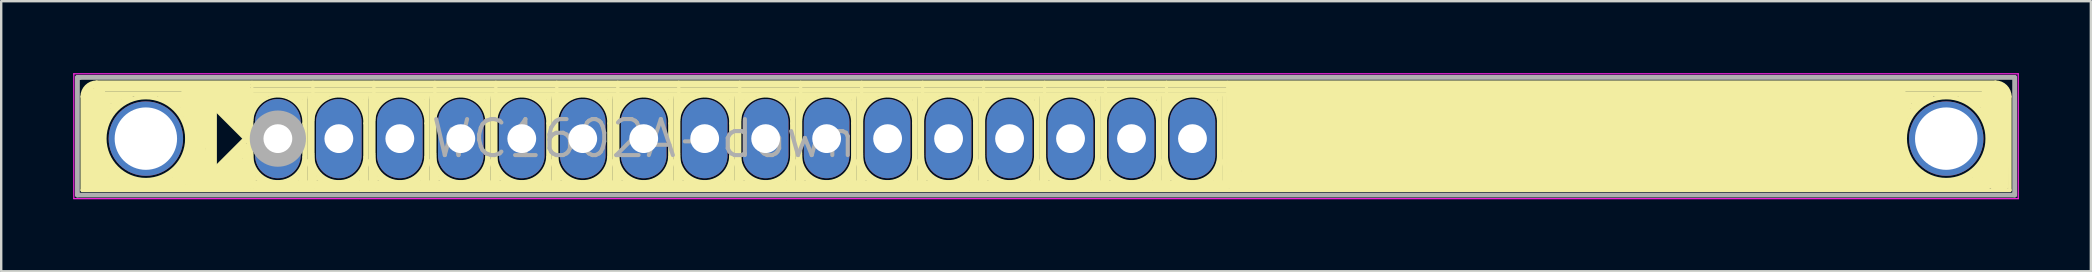
<source format=kicad_pcb>
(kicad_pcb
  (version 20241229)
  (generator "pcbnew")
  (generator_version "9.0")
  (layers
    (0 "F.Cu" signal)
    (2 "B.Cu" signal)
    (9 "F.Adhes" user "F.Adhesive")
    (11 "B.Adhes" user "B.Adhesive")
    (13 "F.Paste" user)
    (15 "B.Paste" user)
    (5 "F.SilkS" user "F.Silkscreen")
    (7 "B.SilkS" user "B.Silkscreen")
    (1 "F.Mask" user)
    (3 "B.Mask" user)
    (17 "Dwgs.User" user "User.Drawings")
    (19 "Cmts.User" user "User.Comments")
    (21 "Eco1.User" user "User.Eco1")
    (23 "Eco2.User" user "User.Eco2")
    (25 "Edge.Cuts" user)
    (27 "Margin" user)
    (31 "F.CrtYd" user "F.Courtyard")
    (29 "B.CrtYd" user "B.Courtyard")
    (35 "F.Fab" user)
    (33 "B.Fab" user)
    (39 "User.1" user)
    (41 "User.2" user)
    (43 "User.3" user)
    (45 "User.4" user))
  (footprint "WC1602A-down"
    (layer "F.Cu")
    (at 8.525 2.725)
    (property "Reference" "WC1602A-down" (at 15.24 0 0) (layer "F.Fab") (effects (font (size 1.5 1.5) (thickness 0.17))))
    (attr through_hole)
    (fp_line (start -8.15 -1.75) (end -8.15 2.15) (stroke (width 0.15) (type solid)) (layer "F.SilkS"))
    (fp_line (start -8 -1.85) (end -7.9 -2.1) (stroke (width 0.2) (type solid)) (layer "F.SilkS"))
    (fp_line (start -8 1.9) (end -8 -1.85) (stroke (width 0.2) (type solid)) (layer "F.SilkS"))
    (fp_line (start -7.9 -2.1) (end -7.65 -2.2) (stroke (width 0.2) (type solid)) (layer "F.SilkS"))
    (fp_line (start -7.85 -1.9) (end -7.75 -2) (stroke (width 0.2) (type solid)) (layer "F.SilkS"))
    (fp_line (start -7.85 1.85) (end -7.85 -1.9) (stroke (width 0.2) (type solid)) (layer "F.SilkS"))
    (fp_line (start -7.75 -2) (end -7.6 -2) (stroke (width 0.2) (type solid)) (layer "F.SilkS"))
    (fp_line (start -7.7 -1.9) (end -7.55 -2.05) (stroke (width 0.2) (type solid)) (layer "F.SilkS"))
    (fp_line (start -7.7 1.7) (end -7.7 -1.9) (stroke (width 0.2) (type solid)) (layer "F.SilkS"))
    (fp_line (start -7.65 -2.2) (end -7.45 -2.2) (stroke (width 0.2) (type solid)) (layer "F.SilkS"))
    (fp_line (start -7.6 -2) (end -7.6 1.75) (stroke (width 0.2) (type solid)) (layer "F.SilkS"))
    (fp_line (start -7.6 1.75) (end -7.7 1.7) (stroke (width 0.2) (type solid)) (layer "F.SilkS"))
    (fp_line (start -7.55 -2.35) (end 71.55 -2.35) (stroke (width 0.15) (type solid)) (layer "F.SilkS"))
    (fp_line (start -7.45 -2.2) (end -7.45 1.85) (stroke (width 0.2) (type solid)) (layer "F.SilkS"))
    (fp_line (start -7.45 1.85) (end -7.85 1.85) (stroke (width 0.2) (type solid)) (layer "F.SilkS"))
    (fp_line (start -7.35 2) (end -8.05 2) (stroke (width 0.2) (type solid)) (layer "F.SilkS"))
    (fp_line (start -7.3 -2.25) (end -3.9 -2.25) (stroke (width 0.2) (type solid)) (layer "F.SilkS"))
    (fp_line (start -7.3 2) (end -7.3 -2.25) (stroke (width 0.2) (type solid)) (layer "F.SilkS"))
    (fp_line (start -7.25 -2.05) (end -3.9 -2.05) (stroke (width 0.2) (type solid)) (layer "F.SilkS"))
    (fp_line (start -7.25 -1.85) (end -3.9 -1.85) (stroke (width 0.2) (type solid)) (layer "F.SilkS"))
    (fp_line (start -7.25 1.85) (end -3.9 1.85) (stroke (width 0.2) (type solid)) (layer "F.SilkS"))
    (fp_line (start -7.2 -0.75) (end -7.15 -1.7) (stroke (width 0.2) (type solid)) (layer "F.SilkS"))
    (fp_line (start -7.2 0.7) (end -7.15 1.7) (stroke (width 0.2) (type solid)) (layer "F.SilkS"))
    (fp_line (start -7.15 -1.7) (end -6.15 -1.75) (stroke (width 0.2) (type solid)) (layer "F.SilkS"))
    (fp_line (start -7.15 1.7) (end -6.1 1.75) (stroke (width 0.2) (type solid)) (layer "F.SilkS"))
    (fp_line (start -7.1 -0.95) (end -7.05 -1.55) (stroke (width 0.2) (type solid)) (layer "F.SilkS"))
    (fp_line (start -7.1 0.95) (end -7 1.55) (stroke (width 0.2) (type solid)) (layer "F.SilkS"))
    (fp_line (start -7.05 -1.55) (end -6.6 -1.6) (stroke (width 0.2) (type solid)) (layer "F.SilkS"))
    (fp_line (start -7 1.55) (end -6.55 1.6) (stroke (width 0.2) (type solid)) (layer "F.SilkS"))
    (fp_line (start -6.85 1.35) (end -7.1 0.95) (stroke (width 0.2) (type solid)) (layer "F.SilkS"))
    (fp_line (start -6.8 -1.35) (end -7.1 -0.95) (stroke (width 0.2) (type solid)) (layer "F.SilkS"))
    (fp_line (start -6.6 -1.6) (end -6.95 -1.35) (stroke (width 0.2) (type solid)) (layer "F.SilkS"))
    (fp_line (start -6.55 1.6) (end -6.9 1.45) (stroke (width 0.2) (type solid)) (layer "F.SilkS"))
    (fp_line (start -6.15 -1.75) (end -6.8 -1.35) (stroke (width 0.2) (type solid)) (layer "F.SilkS"))
    (fp_line (start -6.1 1.75) (end -6.85 1.35) (stroke (width 0.2) (type solid)) (layer "F.SilkS"))
    (fp_line (start -5 1.75) (end -4.05 1.7) (stroke (width 0.2) (type solid)) (layer "F.SilkS"))
    (fp_line (start -4.9 -1.7) (end -4.4 -1.5) (stroke (width 0.2) (type solid)) (layer "F.SilkS"))
    (fp_line (start -4.65 1.7) (end -5 1.75) (stroke (width 0.2) (type solid)) (layer "F.SilkS"))
    (fp_line (start -4.4 -1.6) (end -4.1 -1.4) (stroke (width 0.2) (type solid)) (layer "F.SilkS"))
    (fp_line (start -4.4 -1.5) (end -3.95 -1.05) (stroke (width 0.2) (type solid)) (layer "F.SilkS"))
    (fp_line (start -4.3 1.6) (end -4.15 1.55) (stroke (width 0.2) (type solid)) (layer "F.SilkS"))
    (fp_line (start -4.25 1.4) (end -4.65 1.7) (stroke (width 0.2) (type solid)) (layer "F.SilkS"))
    (fp_line (start -4.05 1.7) (end -4 1.25) (stroke (width 0.2) (type solid)) (layer "F.SilkS"))
    (fp_line (start -4 -1.7) (end -4.9 -1.7) (stroke (width 0.2) (type solid)) (layer "F.SilkS"))
    (fp_line (start -4 -1.55) (end -4.4 -1.6) (stroke (width 0.2) (type solid)) (layer "F.SilkS"))
    (fp_line (start -4 1.25) (end -4.3 1.6) (stroke (width 0.2) (type solid)) (layer "F.SilkS"))
    (fp_line (start -3.95 -1.05) (end -4 -1.55) (stroke (width 0.2) (type solid)) (layer "F.SilkS"))
    (fp_line (start -3.9 0.85) (end -4.25 1.4) (stroke (width 0.2) (type solid)) (layer "F.SilkS"))
    (fp_line (start -3.9 1.8) (end -3.9 0.85) (stroke (width 0.2) (type solid)) (layer "F.SilkS"))
    (fp_line (start -3.85 -2.15) (end -4 -1.7) (stroke (width 0.2) (type solid)) (layer "F.SilkS"))
    (fp_line (start -3.85 -0.8) (end -3.85 -2.15) (stroke (width 0.2) (type solid)) (layer "F.SilkS"))
    (fp_line (start -3.75 -2.3) (end -3.75 2) (stroke (width 0.2) (type solid)) (layer "F.SilkS"))
    (fp_line (start -3.75 2) (end -7.3 2) (stroke (width 0.2) (type solid)) (layer "F.SilkS"))
    (fp_line (start -3.7 2) (end -1.15 2) (stroke (width 0.2) (type solid)) (layer "F.SilkS"))
    (fp_line (start -3.6 -2.2) (end -1.2 -2.2) (stroke (width 0.2) (type solid)) (layer "F.SilkS"))
    (fp_line (start -3.55 -2.05) (end -3.55 1.75) (stroke (width 0.4) (type solid)) (layer "F.SilkS"))
    (fp_line (start -3.55 1.75) (end -1.25 1.75) (stroke (width 0.4) (type solid)) (layer "F.SilkS"))
    (fp_line (start -3.3 -2) (end -3.2 1.5) (stroke (width 0.4) (type solid)) (layer "F.SilkS"))
    (fp_line (start -3.2 1.5) (end -2.6 1.75) (stroke (width 0.4) (type solid)) (layer "F.SilkS"))
    (fp_line (start -3.05 -1.85) (end -2.95 0.2) (stroke (width 0.4) (type solid)) (layer "F.SilkS"))
    (fp_line (start -2.85 1.4) (end -2.8 -1.65) (stroke (width 0.4) (type solid)) (layer "F.SilkS"))
    (fp_line (start -2.8 -1.65) (end -1.3 -0.35) (stroke (width 0.4) (type solid)) (layer "F.SilkS"))
    (fp_line (start -2.7 -1.4) (end -2.7 1.35) (stroke (width 0.2) (type solid)) (layer "F.SilkS"))
    (fp_line (start -2.6 -1.2) (end -2.6 1.2) (stroke (width 0.12) (type solid)) (layer "F.SilkS"))
    (fp_line (start -2.6 1.2) (end -1.4 0) (stroke (width 0.12) (type solid)) (layer "F.SilkS"))
    (fp_line (start -2.55 -1.8) (end -1.5 -0.95) (stroke (width 0.4) (type solid)) (layer "F.SilkS"))
    (fp_line (start -2.55 1.3) (end -1.25 0) (stroke (width 0.2) (type solid)) (layer "F.SilkS"))
    (fp_line (start -2.55 1.6) (end -2.85 1.4) (stroke (width 0.4) (type solid)) (layer "F.SilkS"))
    (fp_line (start -2.2 -1.8) (end -1.7 -1.45) (stroke (width 0.4) (type solid)) (layer "F.SilkS"))
    (fp_line (start -2.2 1.55) (end -1.6 1) (stroke (width 0.4) (type solid)) (layer "F.SilkS"))
    (fp_line (start -1.6 1) (end -1.6 1.5) (stroke (width 0.4) (type solid)) (layer "F.SilkS"))
    (fp_line (start -1.6 1.5) (end -1.8 1.5) (stroke (width 0.4) (type solid)) (layer "F.SilkS"))
    (fp_line (start -1.55 -1.7) (end -2.2 -1.8) (stroke (width 0.4) (type solid)) (layer "F.SilkS"))
    (fp_line (start -1.5 -0.95) (end -1.55 -1.7) (stroke (width 0.4) (type solid)) (layer "F.SilkS"))
    (fp_line (start -1.4 0) (end -2.6 -1.2) (stroke (width 0.12) (type solid)) (layer "F.SilkS"))
    (fp_line (start -1.3 -2) (end -3.3 -2) (stroke (width 0.4) (type solid)) (layer "F.SilkS"))
    (fp_line (start -1.3 -0.35) (end -1.3 -2) (stroke (width 0.4) (type solid)) (layer "F.SilkS"))
    (fp_line (start -1.3 0.4) (end -2.55 1.6) (stroke (width 0.4) (type solid)) (layer "F.SilkS"))
    (fp_line (start -1.25 0) (end -2.7 -1.4) (stroke (width 0.2) (type solid)) (layer "F.SilkS"))
    (fp_line (start -1.25 1.75) (end -1.3 0.4) (stroke (width 0.4) (type solid)) (layer "F.SilkS"))
    (fp_line (start -1.2 0.35) (end -1.2 -0.25) (stroke (width 0.2) (type solid)) (layer "F.SilkS"))
    (fp_line (start -1.1 1.9) (end 39.6 1.95) (stroke (width 0.2) (type solid)) (layer "F.SilkS"))
    (fp_line (start -1.079 -0.826) (end -1.079 -2.349) (stroke (width 0.12) (type solid)) (layer "F.SilkS"))
    (fp_line (start -1.079 -0.762) (end -1.079 0.635) (stroke (width 0.12) (type solid)) (layer "F.SilkS"))
    (fp_line (start -1.079 0.699) (end -1.079 2.159) (stroke (width 0.12) (type solid)) (layer "F.SilkS"))
    (fp_line (start -1.016 -2.223) (end 1.397 -2.223) (stroke (width 0.2) (type solid)) (layer "F.SilkS"))
    (fp_line (start -1.016 -2.032) (end 1.397 -2.032) (stroke (width 0.2) (type solid)) (layer "F.SilkS"))
    (fp_line (start -1.016 -1.841) (end 1.397 -1.841) (stroke (width 0.2) (type solid)) (layer "F.SilkS"))
    (fp_line (start -1.016 -1.27) (end -0.762 -1.651) (stroke (width 0.2) (type solid)) (layer "F.SilkS"))
    (fp_line (start -1.016 1.27) (end -0.762 1.651) (stroke (width 0.2) (type solid)) (layer "F.SilkS"))
    (fp_line (start -1.016 1.968) (end -1.016 1.27) (stroke (width 0.2) (type solid)) (layer "F.SilkS"))
    (fp_line (start -0.953 -1.714) (end -1.016 -1.46) (stroke (width 0.2) (type solid)) (layer "F.SilkS"))
    (fp_line (start -0.953 1.841) (end 1.333 1.841) (stroke (width 0.2) (type solid)) (layer "F.SilkS"))
    (fp_line (start -0.762 -1.651) (end -0.508 -1.714) (stroke (width 0.2) (type solid)) (layer "F.SilkS"))
    (fp_line (start -0.762 1.651) (end -0.445 1.778) (stroke (width 0.2) (type solid)) (layer "F.SilkS"))
    (fp_line (start -0.508 -1.714) (end -0.953 -1.714) (stroke (width 0.2) (type solid)) (layer "F.SilkS"))
    (fp_line (start -0.445 1.778) (end -0.889 1.651) (stroke (width 0.2) (type solid)) (layer "F.SilkS"))
    (fp_line (start 0.445 1.778) (end 0.826 1.587) (stroke (width 0.2) (type solid)) (layer "F.SilkS"))
    (fp_line (start 0.508 -1.714) (end 0.762 -1.651) (stroke (width 0.2) (type solid)) (layer "F.SilkS"))
    (fp_line (start 0.762 -1.651) (end 1.079 -1.206) (stroke (width 0.2) (type solid)) (layer "F.SilkS"))
    (fp_line (start 0.762 1.714) (end 1.079 1.46) (stroke (width 0.2) (type solid)) (layer "F.SilkS"))
    (fp_line (start 0.826 1.587) (end 1.079 1.27) (stroke (width 0.2) (type solid)) (layer "F.SilkS"))
    (fp_line (start 1.079 -1.206) (end 0.953 -1.587) (stroke (width 0.2) (type solid)) (layer "F.SilkS"))
    (fp_line (start 1.079 -0.635) (end 1.079 0.762) (stroke (width 0.12) (type solid)) (layer "F.SilkS"))
    (fp_line (start 1.079 1.27) (end 1.206 0.953) (stroke (width 0.2) (type solid)) (layer "F.SilkS"))
    (fp_line (start 1.079 1.46) (end 1.079 1.651) (stroke (width 0.2) (type solid)) (layer "F.SilkS"))
    (fp_line (start 1.079 1.651) (end 0.953 1.714) (stroke (width 0.2) (type solid)) (layer "F.SilkS"))
    (fp_line (start 1.143 -1.714) (end 0.508 -1.714) (stroke (width 0.2) (type solid)) (layer "F.SilkS"))
    (fp_line (start 1.143 1.778) (end 1.143 -1.714) (stroke (width 0.2) (type solid)) (layer "F.SilkS"))
    (fp_line (start 1.333 -1.714) (end 1.333 1.778) (stroke (width 0.2) (type solid)) (layer "F.SilkS"))
    (fp_line (start 1.397 2.032) (end -0.953 2.032) (stroke (width 0.2) (type solid)) (layer "F.SilkS"))
    (fp_line (start 1.46 -2.349) (end 1.46 2.159) (stroke (width 0.12) (type solid)) (layer "F.SilkS"))
    (fp_line (start 1.46 -0.826) (end 1.46 -2.349) (stroke (width 0.12) (type solid)) (layer "F.SilkS"))
    (fp_line (start 1.46 -0.762) (end 1.46 0.635) (stroke (width 0.12) (type solid)) (layer "F.SilkS"))
    (fp_line (start 1.46 0.699) (end 1.46 2.159) (stroke (width 0.12) (type solid)) (layer "F.SilkS"))
    (fp_line (start 1.524 -2.223) (end 3.937 -2.223) (stroke (width 0.2) (type solid)) (layer "F.SilkS"))
    (fp_line (start 1.524 -2.032) (end 3.937 -2.032) (stroke (width 0.2) (type solid)) (layer "F.SilkS"))
    (fp_line (start 1.524 -1.841) (end 3.937 -1.841) (stroke (width 0.2) (type solid)) (layer "F.SilkS"))
    (fp_line (start 1.524 -1.27) (end 1.778 -1.651) (stroke (width 0.2) (type solid)) (layer "F.SilkS"))
    (fp_line (start 1.524 1.27) (end 1.778 1.651) (stroke (width 0.2) (type solid)) (layer "F.SilkS"))
    (fp_line (start 1.524 1.968) (end 1.524 1.27) (stroke (width 0.2) (type solid)) (layer "F.SilkS"))
    (fp_line (start 1.587 -1.714) (end 1.524 -1.46) (stroke (width 0.2) (type solid)) (layer "F.SilkS"))
    (fp_line (start 1.587 1.841) (end 3.873 1.841) (stroke (width 0.2) (type solid)) (layer "F.SilkS"))
    (fp_line (start 1.778 -1.651) (end 2.032 -1.714) (stroke (width 0.2) (type solid)) (layer "F.SilkS"))
    (fp_line (start 1.778 1.651) (end 2.095 1.778) (stroke (width 0.2) (type solid)) (layer "F.SilkS"))
    (fp_line (start 2.032 -1.714) (end 1.587 -1.714) (stroke (width 0.2) (type solid)) (layer "F.SilkS"))
    (fp_line (start 2.095 1.778) (end 1.651 1.651) (stroke (width 0.2) (type solid)) (layer "F.SilkS"))
    (fp_line (start 2.985 1.778) (end 3.365 1.587) (stroke (width 0.2) (type solid)) (layer "F.SilkS"))
    (fp_line (start 3.048 -1.714) (end 3.302 -1.651) (stroke (width 0.2) (type solid)) (layer "F.SilkS"))
    (fp_line (start 3.302 -1.651) (end 3.619 -1.206) (stroke (width 0.2) (type solid)) (layer "F.SilkS"))
    (fp_line (start 3.302 1.714) (end 3.619 1.46) (stroke (width 0.2) (type solid)) (layer "F.SilkS"))
    (fp_line (start 3.365 1.587) (end 3.619 1.27) (stroke (width 0.2) (type solid)) (layer "F.SilkS"))
    (fp_line (start 3.619 -1.206) (end 3.493 -1.587) (stroke (width 0.2) (type solid)) (layer "F.SilkS"))
    (fp_line (start 3.619 -0.635) (end 3.619 0.762) (stroke (width 0.12) (type solid)) (layer "F.SilkS"))
    (fp_line (start 3.619 1.27) (end 3.747 0.953) (stroke (width 0.2) (type solid)) (layer "F.SilkS"))
    (fp_line (start 3.619 1.46) (end 3.619 1.651) (stroke (width 0.2) (type solid)) (layer "F.SilkS"))
    (fp_line (start 3.619 1.651) (end 3.493 1.714) (stroke (width 0.2) (type solid)) (layer "F.SilkS"))
    (fp_line (start 3.683 -1.714) (end 3.048 -1.714) (stroke (width 0.2) (type solid)) (layer "F.SilkS"))
    (fp_line (start 3.683 1.778) (end 3.683 -1.714) (stroke (width 0.2) (type solid)) (layer "F.SilkS"))
    (fp_line (start 3.873 -1.714) (end 3.873 1.778) (stroke (width 0.2) (type solid)) (layer "F.SilkS"))
    (fp_line (start 3.937 2.032) (end 1.587 2.032) (stroke (width 0.2) (type solid)) (layer "F.SilkS"))
    (fp_line (start 4 -2.349) (end 4 2.159) (stroke (width 0.12) (type solid)) (layer "F.SilkS"))
    (fp_line (start 4 -0.826) (end 4 -2.349) (stroke (width 0.12) (type solid)) (layer "F.SilkS"))
    (fp_line (start 4 -0.762) (end 4 0.635) (stroke (width 0.12) (type solid)) (layer "F.SilkS"))
    (fp_line (start 4 0.699) (end 4 2.159) (stroke (width 0.12) (type solid)) (layer "F.SilkS"))
    (fp_line (start 4.064 -2.223) (end 6.477 -2.223) (stroke (width 0.2) (type solid)) (layer "F.SilkS"))
    (fp_line (start 4.064 -2.032) (end 6.477 -2.032) (stroke (width 0.2) (type solid)) (layer "F.SilkS"))
    (fp_line (start 4.064 -1.841) (end 6.477 -1.841) (stroke (width 0.2) (type solid)) (layer "F.SilkS"))
    (fp_line (start 4.064 -1.27) (end 4.318 -1.651) (stroke (width 0.2) (type solid)) (layer "F.SilkS"))
    (fp_line (start 4.064 1.27) (end 4.318 1.651) (stroke (width 0.2) (type solid)) (layer "F.SilkS"))
    (fp_line (start 4.064 1.968) (end 4.064 1.27) (stroke (width 0.2) (type solid)) (layer "F.SilkS"))
    (fp_line (start 4.128 -1.714) (end 4.064 -1.46) (stroke (width 0.2) (type solid)) (layer "F.SilkS"))
    (fp_line (start 4.128 1.841) (end 6.413 1.841) (stroke (width 0.2) (type solid)) (layer "F.SilkS"))
    (fp_line (start 4.318 -1.651) (end 4.572 -1.714) (stroke (width 0.2) (type solid)) (layer "F.SilkS"))
    (fp_line (start 4.318 1.651) (end 4.636 1.778) (stroke (width 0.2) (type solid)) (layer "F.SilkS"))
    (fp_line (start 4.572 -1.714) (end 4.128 -1.714) (stroke (width 0.2) (type solid)) (layer "F.SilkS"))
    (fp_line (start 4.636 1.778) (end 4.191 1.651) (stroke (width 0.2) (type solid)) (layer "F.SilkS"))
    (fp_line (start 5.524 1.778) (end 5.905 1.587) (stroke (width 0.2) (type solid)) (layer "F.SilkS"))
    (fp_line (start 5.588 -1.714) (end 5.842 -1.651) (stroke (width 0.2) (type solid)) (layer "F.SilkS"))
    (fp_line (start 5.842 -1.651) (end 6.16 -1.206) (stroke (width 0.2) (type solid)) (layer "F.SilkS"))
    (fp_line (start 5.842 1.714) (end 6.16 1.46) (stroke (width 0.2) (type solid)) (layer "F.SilkS"))
    (fp_line (start 5.905 1.587) (end 6.16 1.27) (stroke (width 0.2) (type solid)) (layer "F.SilkS"))
    (fp_line (start 6.16 -1.206) (end 6.032 -1.587) (stroke (width 0.2) (type solid)) (layer "F.SilkS"))
    (fp_line (start 6.16 -0.635) (end 6.16 0.762) (stroke (width 0.12) (type solid)) (layer "F.SilkS"))
    (fp_line (start 6.16 1.27) (end 6.287 0.953) (stroke (width 0.2) (type solid)) (layer "F.SilkS"))
    (fp_line (start 6.16 1.46) (end 6.16 1.651) (stroke (width 0.2) (type solid)) (layer "F.SilkS"))
    (fp_line (start 6.16 1.651) (end 6.032 1.714) (stroke (width 0.2) (type solid)) (layer "F.SilkS"))
    (fp_line (start 6.223 -1.714) (end 5.588 -1.714) (stroke (width 0.2) (type solid)) (layer "F.SilkS"))
    (fp_line (start 6.223 1.778) (end 6.223 -1.714) (stroke (width 0.2) (type solid)) (layer "F.SilkS"))
    (fp_line (start 6.413 -1.714) (end 6.413 1.778) (stroke (width 0.2) (type solid)) (layer "F.SilkS"))
    (fp_line (start 6.477 2.032) (end 4.128 2.032) (stroke (width 0.2) (type solid)) (layer "F.SilkS"))
    (fp_line (start 6.54 -2.349) (end 6.54 2.159) (stroke (width 0.12) (type solid)) (layer "F.SilkS"))
    (fp_line (start 6.54 -0.826) (end 6.54 -2.349) (stroke (width 0.12) (type solid)) (layer "F.SilkS"))
    (fp_line (start 6.54 -0.762) (end 6.54 0.635) (stroke (width 0.12) (type solid)) (layer "F.SilkS"))
    (fp_line (start 6.54 0.699) (end 6.54 2.159) (stroke (width 0.12) (type solid)) (layer "F.SilkS"))
    (fp_line (start 6.604 -2.223) (end 9.017 -2.223) (stroke (width 0.2) (type solid)) (layer "F.SilkS"))
    (fp_line (start 6.604 -2.032) (end 9.017 -2.032) (stroke (width 0.2) (type solid)) (layer "F.SilkS"))
    (fp_line (start 6.604 -1.841) (end 9.017 -1.841) (stroke (width 0.2) (type solid)) (layer "F.SilkS"))
    (fp_line (start 6.604 -1.27) (end 6.858 -1.651) (stroke (width 0.2) (type solid)) (layer "F.SilkS"))
    (fp_line (start 6.604 1.27) (end 6.858 1.651) (stroke (width 0.2) (type solid)) (layer "F.SilkS"))
    (fp_line (start 6.604 1.968) (end 6.604 1.27) (stroke (width 0.2) (type solid)) (layer "F.SilkS"))
    (fp_line (start 6.668 -1.714) (end 6.604 -1.46) (stroke (width 0.2) (type solid)) (layer "F.SilkS"))
    (fp_line (start 6.668 1.841) (end 8.954 1.841) (stroke (width 0.2) (type solid)) (layer "F.SilkS"))
    (fp_line (start 6.858 -1.651) (end 7.112 -1.714) (stroke (width 0.2) (type solid)) (layer "F.SilkS"))
    (fp_line (start 6.858 1.651) (end 7.176 1.778) (stroke (width 0.2) (type solid)) (layer "F.SilkS"))
    (fp_line (start 7.112 -1.714) (end 6.668 -1.714) (stroke (width 0.2) (type solid)) (layer "F.SilkS"))
    (fp_line (start 7.176 1.778) (end 6.731 1.651) (stroke (width 0.2) (type solid)) (layer "F.SilkS"))
    (fp_line (start 8.065 1.778) (end 8.445 1.587) (stroke (width 0.2) (type solid)) (layer "F.SilkS"))
    (fp_line (start 8.128 -1.714) (end 8.382 -1.651) (stroke (width 0.2) (type solid)) (layer "F.SilkS"))
    (fp_line (start 8.382 -1.651) (end 8.7 -1.206) (stroke (width 0.2) (type solid)) (layer "F.SilkS"))
    (fp_line (start 8.382 1.714) (end 8.7 1.46) (stroke (width 0.2) (type solid)) (layer "F.SilkS"))
    (fp_line (start 8.445 1.587) (end 8.7 1.27) (stroke (width 0.2) (type solid)) (layer "F.SilkS"))
    (fp_line (start 8.7 -1.206) (end 8.572 -1.587) (stroke (width 0.2) (type solid)) (layer "F.SilkS"))
    (fp_line (start 8.7 -0.635) (end 8.7 0.762) (stroke (width 0.12) (type solid)) (layer "F.SilkS"))
    (fp_line (start 8.7 1.27) (end 8.826 0.953) (stroke (width 0.2) (type solid)) (layer "F.SilkS"))
    (fp_line (start 8.7 1.46) (end 8.7 1.651) (stroke (width 0.2) (type solid)) (layer "F.SilkS"))
    (fp_line (start 8.7 1.651) (end 8.572 1.714) (stroke (width 0.2) (type solid)) (layer "F.SilkS"))
    (fp_line (start 8.763 -1.714) (end 8.128 -1.714) (stroke (width 0.2) (type solid)) (layer "F.SilkS"))
    (fp_line (start 8.763 1.778) (end 8.763 -1.714) (stroke (width 0.2) (type solid)) (layer "F.SilkS"))
    (fp_line (start 8.954 -1.714) (end 8.954 1.778) (stroke (width 0.2) (type solid)) (layer "F.SilkS"))
    (fp_line (start 9.017 2.032) (end 6.668 2.032) (stroke (width 0.2) (type solid)) (layer "F.SilkS"))
    (fp_line (start 9.081 -2.349) (end 9.081 2.159) (stroke (width 0.12) (type solid)) (layer "F.SilkS"))
    (fp_line (start 9.081 -0.826) (end 9.081 -2.349) (stroke (width 0.12) (type solid)) (layer "F.SilkS"))
    (fp_line (start 9.081 -0.762) (end 9.081 0.635) (stroke (width 0.12) (type solid)) (layer "F.SilkS"))
    (fp_line (start 9.081 0.699) (end 9.081 2.159) (stroke (width 0.12) (type solid)) (layer "F.SilkS"))
    (fp_line (start 9.144 -2.223) (end 11.557 -2.223) (stroke (width 0.2) (type solid)) (layer "F.SilkS"))
    (fp_line (start 9.144 -2.032) (end 11.557 -2.032) (stroke (width 0.2) (type solid)) (layer "F.SilkS"))
    (fp_line (start 9.144 -1.841) (end 11.557 -1.841) (stroke (width 0.2) (type solid)) (layer "F.SilkS"))
    (fp_line (start 9.144 -1.27) (end 9.398 -1.651) (stroke (width 0.2) (type solid)) (layer "F.SilkS"))
    (fp_line (start 9.144 1.27) (end 9.398 1.651) (stroke (width 0.2) (type solid)) (layer "F.SilkS"))
    (fp_line (start 9.144 1.968) (end 9.144 1.27) (stroke (width 0.2) (type solid)) (layer "F.SilkS"))
    (fp_line (start 9.207 -1.714) (end 9.144 -1.46) (stroke (width 0.2) (type solid)) (layer "F.SilkS"))
    (fp_line (start 9.207 1.841) (end 11.493 1.841) (stroke (width 0.2) (type solid)) (layer "F.SilkS"))
    (fp_line (start 9.398 -1.651) (end 9.652 -1.714) (stroke (width 0.2) (type solid)) (layer "F.SilkS"))
    (fp_line (start 9.398 1.651) (end 9.716 1.778) (stroke (width 0.2) (type solid)) (layer "F.SilkS"))
    (fp_line (start 9.652 -1.714) (end 9.207 -1.714) (stroke (width 0.2) (type solid)) (layer "F.SilkS"))
    (fp_line (start 9.716 1.778) (end 9.271 1.651) (stroke (width 0.2) (type solid)) (layer "F.SilkS"))
    (fp_line (start 10.604 1.778) (end 10.986 1.587) (stroke (width 0.2) (type solid)) (layer "F.SilkS"))
    (fp_line (start 10.668 -1.714) (end 10.922 -1.651) (stroke (width 0.2) (type solid)) (layer "F.SilkS"))
    (fp_line (start 10.922 -1.651) (end 11.239 -1.206) (stroke (width 0.2) (type solid)) (layer "F.SilkS"))
    (fp_line (start 10.922 1.714) (end 11.239 1.46) (stroke (width 0.2) (type solid)) (layer "F.SilkS"))
    (fp_line (start 10.986 1.587) (end 11.239 1.27) (stroke (width 0.2) (type solid)) (layer "F.SilkS"))
    (fp_line (start 11.239 -1.206) (end 11.113 -1.587) (stroke (width 0.2) (type solid)) (layer "F.SilkS"))
    (fp_line (start 11.239 -0.635) (end 11.239 0.762) (stroke (width 0.12) (type solid)) (layer "F.SilkS"))
    (fp_line (start 11.239 1.27) (end 11.367 0.953) (stroke (width 0.2) (type solid)) (layer "F.SilkS"))
    (fp_line (start 11.239 1.46) (end 11.239 1.651) (stroke (width 0.2) (type solid)) (layer "F.SilkS"))
    (fp_line (start 11.239 1.651) (end 11.113 1.714) (stroke (width 0.2) (type solid)) (layer "F.SilkS"))
    (fp_line (start 11.303 -1.714) (end 10.668 -1.714) (stroke (width 0.2) (type solid)) (layer "F.SilkS"))
    (fp_line (start 11.303 1.778) (end 11.303 -1.714) (stroke (width 0.2) (type solid)) (layer "F.SilkS"))
    (fp_line (start 11.493 -1.714) (end 11.493 1.778) (stroke (width 0.2) (type solid)) (layer "F.SilkS"))
    (fp_line (start 11.557 2.032) (end 9.207 2.032) (stroke (width 0.2) (type solid)) (layer "F.SilkS"))
    (fp_line (start 11.62 -2.349) (end 11.62 2.159) (stroke (width 0.12) (type solid)) (layer "F.SilkS"))
    (fp_line (start 11.62 -0.826) (end 11.62 -2.349) (stroke (width 0.12) (type solid)) (layer "F.SilkS"))
    (fp_line (start 11.62 -0.762) (end 11.62 0.635) (stroke (width 0.12) (type solid)) (layer "F.SilkS"))
    (fp_line (start 11.62 0.699) (end 11.62 2.159) (stroke (width 0.12) (type solid)) (layer "F.SilkS"))
    (fp_line (start 11.684 -2.223) (end 14.097 -2.223) (stroke (width 0.2) (type solid)) (layer "F.SilkS"))
    (fp_line (start 11.684 -2.032) (end 14.097 -2.032) (stroke (width 0.2) (type solid)) (layer "F.SilkS"))
    (fp_line (start 11.684 -1.841) (end 14.097 -1.841) (stroke (width 0.2) (type solid)) (layer "F.SilkS"))
    (fp_line (start 11.684 -1.27) (end 11.938 -1.651) (stroke (width 0.2) (type solid)) (layer "F.SilkS"))
    (fp_line (start 11.684 1.27) (end 11.938 1.651) (stroke (width 0.2) (type solid)) (layer "F.SilkS"))
    (fp_line (start 11.684 1.968) (end 11.684 1.27) (stroke (width 0.2) (type solid)) (layer "F.SilkS"))
    (fp_line (start 11.748 -1.714) (end 11.684 -1.46) (stroke (width 0.2) (type solid)) (layer "F.SilkS"))
    (fp_line (start 11.748 1.841) (end 14.034 1.841) (stroke (width 0.2) (type solid)) (layer "F.SilkS"))
    (fp_line (start 11.938 -1.651) (end 12.192 -1.714) (stroke (width 0.2) (type solid)) (layer "F.SilkS"))
    (fp_line (start 11.938 1.651) (end 12.255 1.778) (stroke (width 0.2) (type solid)) (layer "F.SilkS"))
    (fp_line (start 12.192 -1.714) (end 11.748 -1.714) (stroke (width 0.2) (type solid)) (layer "F.SilkS"))
    (fp_line (start 12.255 1.778) (end 11.811 1.651) (stroke (width 0.2) (type solid)) (layer "F.SilkS"))
    (fp_line (start 13.145 1.778) (end 13.525 1.587) (stroke (width 0.2) (type solid)) (layer "F.SilkS"))
    (fp_line (start 13.208 -1.714) (end 13.462 -1.651) (stroke (width 0.2) (type solid)) (layer "F.SilkS"))
    (fp_line (start 13.462 -1.651) (end 13.78 -1.206) (stroke (width 0.2) (type solid)) (layer "F.SilkS"))
    (fp_line (start 13.462 1.714) (end 13.78 1.46) (stroke (width 0.2) (type solid)) (layer "F.SilkS"))
    (fp_line (start 13.525 1.587) (end 13.78 1.27) (stroke (width 0.2) (type solid)) (layer "F.SilkS"))
    (fp_line (start 13.78 -1.206) (end 13.652 -1.587) (stroke (width 0.2) (type solid)) (layer "F.SilkS"))
    (fp_line (start 13.78 -0.635) (end 13.78 0.762) (stroke (width 0.12) (type solid)) (layer "F.SilkS"))
    (fp_line (start 13.78 1.27) (end 13.906 0.953) (stroke (width 0.2) (type solid)) (layer "F.SilkS"))
    (fp_line (start 13.78 1.46) (end 13.78 1.651) (stroke (width 0.2) (type solid)) (layer "F.SilkS"))
    (fp_line (start 13.78 1.651) (end 13.652 1.714) (stroke (width 0.2) (type solid)) (layer "F.SilkS"))
    (fp_line (start 13.843 -1.714) (end 13.208 -1.714) (stroke (width 0.2) (type solid)) (layer "F.SilkS"))
    (fp_line (start 13.843 1.778) (end 13.843 -1.714) (stroke (width 0.2) (type solid)) (layer "F.SilkS"))
    (fp_line (start 14.034 -1.714) (end 14.034 1.778) (stroke (width 0.2) (type solid)) (layer "F.SilkS"))
    (fp_line (start 14.097 2.032) (end 11.748 2.032) (stroke (width 0.2) (type solid)) (layer "F.SilkS"))
    (fp_line (start 14.161 -2.349) (end 14.161 2.159) (stroke (width 0.12) (type solid)) (layer "F.SilkS"))
    (fp_line (start 14.161 -0.826) (end 14.161 -2.349) (stroke (width 0.12) (type solid)) (layer "F.SilkS"))
    (fp_line (start 14.161 -0.762) (end 14.161 0.635) (stroke (width 0.12) (type solid)) (layer "F.SilkS"))
    (fp_line (start 14.161 0.699) (end 14.161 2.159) (stroke (width 0.12) (type solid)) (layer "F.SilkS"))
    (fp_line (start 14.224 -2.223) (end 16.637 -2.223) (stroke (width 0.2) (type solid)) (layer "F.SilkS"))
    (fp_line (start 14.224 -2.032) (end 16.637 -2.032) (stroke (width 0.2) (type solid)) (layer "F.SilkS"))
    (fp_line (start 14.224 -1.841) (end 16.637 -1.841) (stroke (width 0.2) (type solid)) (layer "F.SilkS"))
    (fp_line (start 14.224 -1.27) (end 14.478 -1.651) (stroke (width 0.2) (type solid)) (layer "F.SilkS"))
    (fp_line (start 14.224 1.27) (end 14.478 1.651) (stroke (width 0.2) (type solid)) (layer "F.SilkS"))
    (fp_line (start 14.224 1.968) (end 14.224 1.27) (stroke (width 0.2) (type solid)) (layer "F.SilkS"))
    (fp_line (start 14.287 -1.714) (end 14.224 -1.46) (stroke (width 0.2) (type solid)) (layer "F.SilkS"))
    (fp_line (start 14.287 1.841) (end 16.573 1.841) (stroke (width 0.2) (type solid)) (layer "F.SilkS"))
    (fp_line (start 14.478 -1.651) (end 14.732 -1.714) (stroke (width 0.2) (type solid)) (layer "F.SilkS"))
    (fp_line (start 14.478 1.651) (end 14.796 1.778) (stroke (width 0.2) (type solid)) (layer "F.SilkS"))
    (fp_line (start 14.732 -1.714) (end 14.287 -1.714) (stroke (width 0.2) (type solid)) (layer "F.SilkS"))
    (fp_line (start 14.796 1.778) (end 14.351 1.651) (stroke (width 0.2) (type solid)) (layer "F.SilkS"))
    (fp_line (start 15.684 1.778) (end 16.066 1.587) (stroke (width 0.2) (type solid)) (layer "F.SilkS"))
    (fp_line (start 15.748 -1.714) (end 16.002 -1.651) (stroke (width 0.2) (type solid)) (layer "F.SilkS"))
    (fp_line (start 16.002 -1.651) (end 16.32 -1.206) (stroke (width 0.2) (type solid)) (layer "F.SilkS"))
    (fp_line (start 16.002 1.714) (end 16.32 1.46) (stroke (width 0.2) (type solid)) (layer "F.SilkS"))
    (fp_line (start 16.066 1.587) (end 16.32 1.27) (stroke (width 0.2) (type solid)) (layer "F.SilkS"))
    (fp_line (start 16.32 -1.206) (end 16.192 -1.587) (stroke (width 0.2) (type solid)) (layer "F.SilkS"))
    (fp_line (start 16.32 -0.635) (end 16.32 0.762) (stroke (width 0.12) (type solid)) (layer "F.SilkS"))
    (fp_line (start 16.32 1.27) (end 16.447 0.953) (stroke (width 0.2) (type solid)) (layer "F.SilkS"))
    (fp_line (start 16.32 1.46) (end 16.32 1.651) (stroke (width 0.2) (type solid)) (layer "F.SilkS"))
    (fp_line (start 16.32 1.651) (end 16.192 1.714) (stroke (width 0.2) (type solid)) (layer "F.SilkS"))
    (fp_line (start 16.383 -1.714) (end 15.748 -1.714) (stroke (width 0.2) (type solid)) (layer "F.SilkS"))
    (fp_line (start 16.383 1.778) (end 16.383 -1.714) (stroke (width 0.2) (type solid)) (layer "F.SilkS"))
    (fp_line (start 16.573 -1.714) (end 16.573 1.778) (stroke (width 0.2) (type solid)) (layer "F.SilkS"))
    (fp_line (start 16.637 2.032) (end 14.287 2.032) (stroke (width 0.2) (type solid)) (layer "F.SilkS"))
    (fp_line (start 16.701 -2.349) (end 16.701 2.159) (stroke (width 0.12) (type solid)) (layer "F.SilkS"))
    (fp_line (start 16.701 -0.826) (end 16.701 -2.349) (stroke (width 0.12) (type solid)) (layer "F.SilkS"))
    (fp_line (start 16.701 -0.762) (end 16.701 0.635) (stroke (width 0.12) (type solid)) (layer "F.SilkS"))
    (fp_line (start 16.701 0.699) (end 16.701 2.159) (stroke (width 0.12) (type solid)) (layer "F.SilkS"))
    (fp_line (start 16.764 -2.223) (end 19.177 -2.223) (stroke (width 0.2) (type solid)) (layer "F.SilkS"))
    (fp_line (start 16.764 -2.032) (end 19.177 -2.032) (stroke (width 0.2) (type solid)) (layer "F.SilkS"))
    (fp_line (start 16.764 -1.841) (end 19.177 -1.841) (stroke (width 0.2) (type solid)) (layer "F.SilkS"))
    (fp_line (start 16.764 -1.27) (end 17.018 -1.651) (stroke (width 0.2) (type solid)) (layer "F.SilkS"))
    (fp_line (start 16.764 1.27) (end 17.018 1.651) (stroke (width 0.2) (type solid)) (layer "F.SilkS"))
    (fp_line (start 16.764 1.968) (end 16.764 1.27) (stroke (width 0.2) (type solid)) (layer "F.SilkS"))
    (fp_line (start 16.828 -1.714) (end 16.764 -1.46) (stroke (width 0.2) (type solid)) (layer "F.SilkS"))
    (fp_line (start 16.828 1.841) (end 19.113 1.841) (stroke (width 0.2) (type solid)) (layer "F.SilkS"))
    (fp_line (start 17.018 -1.651) (end 17.272 -1.714) (stroke (width 0.2) (type solid)) (layer "F.SilkS"))
    (fp_line (start 17.018 1.651) (end 17.335 1.778) (stroke (width 0.2) (type solid)) (layer "F.SilkS"))
    (fp_line (start 17.272 -1.714) (end 16.828 -1.714) (stroke (width 0.2) (type solid)) (layer "F.SilkS"))
    (fp_line (start 17.335 1.778) (end 16.891 1.651) (stroke (width 0.2) (type solid)) (layer "F.SilkS"))
    (fp_line (start 18.224 1.778) (end 18.605 1.587) (stroke (width 0.2) (type solid)) (layer "F.SilkS"))
    (fp_line (start 18.288 -1.714) (end 18.542 -1.651) (stroke (width 0.2) (type solid)) (layer "F.SilkS"))
    (fp_line (start 18.542 -1.651) (end 18.86 -1.206) (stroke (width 0.2) (type solid)) (layer "F.SilkS"))
    (fp_line (start 18.542 1.714) (end 18.86 1.46) (stroke (width 0.2) (type solid)) (layer "F.SilkS"))
    (fp_line (start 18.605 1.587) (end 18.86 1.27) (stroke (width 0.2) (type solid)) (layer "F.SilkS"))
    (fp_line (start 18.86 -1.206) (end 18.733 -1.587) (stroke (width 0.2) (type solid)) (layer "F.SilkS"))
    (fp_line (start 18.86 -0.635) (end 18.86 0.762) (stroke (width 0.12) (type solid)) (layer "F.SilkS"))
    (fp_line (start 18.86 1.27) (end 18.986 0.953) (stroke (width 0.2) (type solid)) (layer "F.SilkS"))
    (fp_line (start 18.86 1.46) (end 18.86 1.651) (stroke (width 0.2) (type solid)) (layer "F.SilkS"))
    (fp_line (start 18.86 1.651) (end 18.733 1.714) (stroke (width 0.2) (type solid)) (layer "F.SilkS"))
    (fp_line (start 18.923 -1.714) (end 18.288 -1.714) (stroke (width 0.2) (type solid)) (layer "F.SilkS"))
    (fp_line (start 18.923 1.778) (end 18.923 -1.714) (stroke (width 0.2) (type solid)) (layer "F.SilkS"))
    (fp_line (start 19.113 -1.714) (end 19.113 1.778) (stroke (width 0.2) (type solid)) (layer "F.SilkS"))
    (fp_line (start 19.177 2.032) (end 16.828 2.032) (stroke (width 0.2) (type solid)) (layer "F.SilkS"))
    (fp_line (start 19.241 -2.349) (end 19.241 2.159) (stroke (width 0.12) (type solid)) (layer "F.SilkS"))
    (fp_line (start 19.241 -0.826) (end 19.241 -2.349) (stroke (width 0.12) (type solid)) (layer "F.SilkS"))
    (fp_line (start 19.241 -0.762) (end 19.241 0.635) (stroke (width 0.12) (type solid)) (layer "F.SilkS"))
    (fp_line (start 19.241 0.699) (end 19.241 2.159) (stroke (width 0.12) (type solid)) (layer "F.SilkS"))
    (fp_line (start 19.304 -2.223) (end 21.717 -2.223) (stroke (width 0.2) (type solid)) (layer "F.SilkS"))
    (fp_line (start 19.304 -2.032) (end 21.717 -2.032) (stroke (width 0.2) (type solid)) (layer "F.SilkS"))
    (fp_line (start 19.304 -1.841) (end 21.717 -1.841) (stroke (width 0.2) (type solid)) (layer "F.SilkS"))
    (fp_line (start 19.304 -1.27) (end 19.558 -1.651) (stroke (width 0.2) (type solid)) (layer "F.SilkS"))
    (fp_line (start 19.304 1.27) (end 19.558 1.651) (stroke (width 0.2) (type solid)) (layer "F.SilkS"))
    (fp_line (start 19.304 1.968) (end 19.304 1.27) (stroke (width 0.2) (type solid)) (layer "F.SilkS"))
    (fp_line (start 19.367 -1.714) (end 19.304 -1.46) (stroke (width 0.2) (type solid)) (layer "F.SilkS"))
    (fp_line (start 19.367 1.841) (end 21.654 1.841) (stroke (width 0.2) (type solid)) (layer "F.SilkS"))
    (fp_line (start 19.558 -1.651) (end 19.812 -1.714) (stroke (width 0.2) (type solid)) (layer "F.SilkS"))
    (fp_line (start 19.558 1.651) (end 19.875 1.778) (stroke (width 0.2) (type solid)) (layer "F.SilkS"))
    (fp_line (start 19.812 -1.714) (end 19.367 -1.714) (stroke (width 0.2) (type solid)) (layer "F.SilkS"))
    (fp_line (start 19.875 1.778) (end 19.431 1.651) (stroke (width 0.2) (type solid)) (layer "F.SilkS"))
    (fp_line (start 20.765 1.778) (end 21.145 1.587) (stroke (width 0.2) (type solid)) (layer "F.SilkS"))
    (fp_line (start 20.828 -1.714) (end 21.082 -1.651) (stroke (width 0.2) (type solid)) (layer "F.SilkS"))
    (fp_line (start 21.082 -1.651) (end 21.399 -1.206) (stroke (width 0.2) (type solid)) (layer "F.SilkS"))
    (fp_line (start 21.082 1.714) (end 21.399 1.46) (stroke (width 0.2) (type solid)) (layer "F.SilkS"))
    (fp_line (start 21.145 1.587) (end 21.399 1.27) (stroke (width 0.2) (type solid)) (layer "F.SilkS"))
    (fp_line (start 21.399 -1.206) (end 21.273 -1.587) (stroke (width 0.2) (type solid)) (layer "F.SilkS"))
    (fp_line (start 21.399 -0.635) (end 21.399 0.762) (stroke (width 0.12) (type solid)) (layer "F.SilkS"))
    (fp_line (start 21.399 1.27) (end 21.526 0.953) (stroke (width 0.2) (type solid)) (layer "F.SilkS"))
    (fp_line (start 21.399 1.46) (end 21.399 1.651) (stroke (width 0.2) (type solid)) (layer "F.SilkS"))
    (fp_line (start 21.399 1.651) (end 21.273 1.714) (stroke (width 0.2) (type solid)) (layer "F.SilkS"))
    (fp_line (start 21.463 -1.714) (end 20.828 -1.714) (stroke (width 0.2) (type solid)) (layer "F.SilkS"))
    (fp_line (start 21.463 1.778) (end 21.463 -1.714) (stroke (width 0.2) (type solid)) (layer "F.SilkS"))
    (fp_line (start 21.654 -1.714) (end 21.654 1.778) (stroke (width 0.2) (type solid)) (layer "F.SilkS"))
    (fp_line (start 21.717 2.032) (end 19.367 2.032) (stroke (width 0.2) (type solid)) (layer "F.SilkS"))
    (fp_line (start 21.78 -2.349) (end 21.78 2.159) (stroke (width 0.12) (type solid)) (layer "F.SilkS"))
    (fp_line (start 21.78 -0.826) (end 21.78 -2.349) (stroke (width 0.12) (type solid)) (layer "F.SilkS"))
    (fp_line (start 21.78 -0.762) (end 21.78 0.635) (stroke (width 0.12) (type solid)) (layer "F.SilkS"))
    (fp_line (start 21.78 0.699) (end 21.78 2.159) (stroke (width 0.12) (type solid)) (layer "F.SilkS"))
    (fp_line (start 21.844 -2.223) (end 24.257 -2.223) (stroke (width 0.2) (type solid)) (layer "F.SilkS"))
    (fp_line (start 21.844 -2.032) (end 24.257 -2.032) (stroke (width 0.2) (type solid)) (layer "F.SilkS"))
    (fp_line (start 21.844 -1.841) (end 24.257 -1.841) (stroke (width 0.2) (type solid)) (layer "F.SilkS"))
    (fp_line (start 21.844 -1.27) (end 22.098 -1.651) (stroke (width 0.2) (type solid)) (layer "F.SilkS"))
    (fp_line (start 21.844 1.27) (end 22.098 1.651) (stroke (width 0.2) (type solid)) (layer "F.SilkS"))
    (fp_line (start 21.844 1.968) (end 21.844 1.27) (stroke (width 0.2) (type solid)) (layer "F.SilkS"))
    (fp_line (start 21.907 -1.714) (end 21.844 -1.46) (stroke (width 0.2) (type solid)) (layer "F.SilkS"))
    (fp_line (start 21.907 1.841) (end 24.194 1.841) (stroke (width 0.2) (type solid)) (layer "F.SilkS"))
    (fp_line (start 22.098 -1.651) (end 22.352 -1.714) (stroke (width 0.2) (type solid)) (layer "F.SilkS"))
    (fp_line (start 22.098 1.651) (end 22.416 1.778) (stroke (width 0.2) (type solid)) (layer "F.SilkS"))
    (fp_line (start 22.352 -1.714) (end 21.907 -1.714) (stroke (width 0.2) (type solid)) (layer "F.SilkS"))
    (fp_line (start 22.416 1.778) (end 21.971 1.651) (stroke (width 0.2) (type solid)) (layer "F.SilkS"))
    (fp_line (start 23.305 1.778) (end 23.686 1.587) (stroke (width 0.2) (type solid)) (layer "F.SilkS"))
    (fp_line (start 23.368 -1.714) (end 23.622 -1.651) (stroke (width 0.2) (type solid)) (layer "F.SilkS"))
    (fp_line (start 23.622 -1.651) (end 23.939 -1.206) (stroke (width 0.2) (type solid)) (layer "F.SilkS"))
    (fp_line (start 23.622 1.714) (end 23.939 1.46) (stroke (width 0.2) (type solid)) (layer "F.SilkS"))
    (fp_line (start 23.686 1.587) (end 23.939 1.27) (stroke (width 0.2) (type solid)) (layer "F.SilkS"))
    (fp_line (start 23.939 -1.206) (end 23.812 -1.587) (stroke (width 0.2) (type solid)) (layer "F.SilkS"))
    (fp_line (start 23.939 -0.635) (end 23.939 0.762) (stroke (width 0.12) (type solid)) (layer "F.SilkS"))
    (fp_line (start 23.939 1.27) (end 24.067 0.953) (stroke (width 0.2) (type solid)) (layer "F.SilkS"))
    (fp_line (start 23.939 1.46) (end 23.939 1.651) (stroke (width 0.2) (type solid)) (layer "F.SilkS"))
    (fp_line (start 23.939 1.651) (end 23.812 1.714) (stroke (width 0.2) (type solid)) (layer "F.SilkS"))
    (fp_line (start 24.003 -1.714) (end 23.368 -1.714) (stroke (width 0.2) (type solid)) (layer "F.SilkS"))
    (fp_line (start 24.003 1.778) (end 24.003 -1.714) (stroke (width 0.2) (type solid)) (layer "F.SilkS"))
    (fp_line (start 24.194 -1.714) (end 24.194 1.778) (stroke (width 0.2) (type solid)) (layer "F.SilkS"))
    (fp_line (start 24.257 2.032) (end 21.907 2.032) (stroke (width 0.2) (type solid)) (layer "F.SilkS"))
    (fp_line (start 24.32 -2.349) (end 24.32 2.159) (stroke (width 0.12) (type solid)) (layer "F.SilkS"))
    (fp_line (start 24.32 -0.826) (end 24.32 -2.349) (stroke (width 0.12) (type solid)) (layer "F.SilkS"))
    (fp_line (start 24.32 -0.762) (end 24.32 0.635) (stroke (width 0.12) (type solid)) (layer "F.SilkS"))
    (fp_line (start 24.32 0.699) (end 24.32 2.159) (stroke (width 0.12) (type solid)) (layer "F.SilkS"))
    (fp_line (start 24.384 -2.223) (end 26.797 -2.223) (stroke (width 0.2) (type solid)) (layer "F.SilkS"))
    (fp_line (start 24.384 -2.032) (end 26.797 -2.032) (stroke (width 0.2) (type solid)) (layer "F.SilkS"))
    (fp_line (start 24.384 -1.841) (end 26.797 -1.841) (stroke (width 0.2) (type solid)) (layer "F.SilkS"))
    (fp_line (start 24.384 -1.27) (end 24.638 -1.651) (stroke (width 0.2) (type solid)) (layer "F.SilkS"))
    (fp_line (start 24.384 1.27) (end 24.638 1.651) (stroke (width 0.2) (type solid)) (layer "F.SilkS"))
    (fp_line (start 24.384 1.968) (end 24.384 1.27) (stroke (width 0.2) (type solid)) (layer "F.SilkS"))
    (fp_line (start 24.448 -1.714) (end 24.384 -1.46) (stroke (width 0.2) (type solid)) (layer "F.SilkS"))
    (fp_line (start 24.448 1.841) (end 26.733 1.841) (stroke (width 0.2) (type solid)) (layer "F.SilkS"))
    (fp_line (start 24.638 -1.651) (end 24.892 -1.714) (stroke (width 0.2) (type solid)) (layer "F.SilkS"))
    (fp_line (start 24.638 1.651) (end 24.956 1.778) (stroke (width 0.2) (type solid)) (layer "F.SilkS"))
    (fp_line (start 24.892 -1.714) (end 24.448 -1.714) (stroke (width 0.2) (type solid)) (layer "F.SilkS"))
    (fp_line (start 24.956 1.778) (end 24.511 1.651) (stroke (width 0.2) (type solid)) (layer "F.SilkS"))
    (fp_line (start 25.845 1.778) (end 26.226 1.587) (stroke (width 0.2) (type solid)) (layer "F.SilkS"))
    (fp_line (start 25.908 -1.714) (end 26.162 -1.651) (stroke (width 0.2) (type solid)) (layer "F.SilkS"))
    (fp_line (start 26.162 -1.651) (end 26.48 -1.206) (stroke (width 0.2) (type solid)) (layer "F.SilkS"))
    (fp_line (start 26.162 1.714) (end 26.48 1.46) (stroke (width 0.2) (type solid)) (layer "F.SilkS"))
    (fp_line (start 26.226 1.587) (end 26.48 1.27) (stroke (width 0.2) (type solid)) (layer "F.SilkS"))
    (fp_line (start 26.48 -1.206) (end 26.352 -1.587) (stroke (width 0.2) (type solid)) (layer "F.SilkS"))
    (fp_line (start 26.48 -0.635) (end 26.48 0.762) (stroke (width 0.12) (type solid)) (layer "F.SilkS"))
    (fp_line (start 26.48 1.27) (end 26.607 0.953) (stroke (width 0.2) (type solid)) (layer "F.SilkS"))
    (fp_line (start 26.48 1.46) (end 26.48 1.651) (stroke (width 0.2) (type solid)) (layer "F.SilkS"))
    (fp_line (start 26.48 1.651) (end 26.352 1.714) (stroke (width 0.2) (type solid)) (layer "F.SilkS"))
    (fp_line (start 26.543 -1.714) (end 25.908 -1.714) (stroke (width 0.2) (type solid)) (layer "F.SilkS"))
    (fp_line (start 26.543 1.778) (end 26.543 -1.714) (stroke (width 0.2) (type solid)) (layer "F.SilkS"))
    (fp_line (start 26.733 -1.714) (end 26.733 1.778) (stroke (width 0.2) (type solid)) (layer "F.SilkS"))
    (fp_line (start 26.797 2.032) (end 24.448 2.032) (stroke (width 0.2) (type solid)) (layer "F.SilkS"))
    (fp_line (start 26.86 -2.349) (end 26.86 2.159) (stroke (width 0.12) (type solid)) (layer "F.SilkS"))
    (fp_line (start 26.86 -0.826) (end 26.86 -2.349) (stroke (width 0.12) (type solid)) (layer "F.SilkS"))
    (fp_line (start 26.86 -0.762) (end 26.86 0.635) (stroke (width 0.12) (type solid)) (layer "F.SilkS"))
    (fp_line (start 26.86 0.699) (end 26.86 2.159) (stroke (width 0.12) (type solid)) (layer "F.SilkS"))
    (fp_line (start 26.924 -2.223) (end 29.337 -2.223) (stroke (width 0.2) (type solid)) (layer "F.SilkS"))
    (fp_line (start 26.924 -2.032) (end 29.337 -2.032) (stroke (width 0.2) (type solid)) (layer "F.SilkS"))
    (fp_line (start 26.924 -1.841) (end 29.337 -1.841) (stroke (width 0.2) (type solid)) (layer "F.SilkS"))
    (fp_line (start 26.924 -1.27) (end 27.178 -1.651) (stroke (width 0.2) (type solid)) (layer "F.SilkS"))
    (fp_line (start 26.924 1.27) (end 27.178 1.651) (stroke (width 0.2) (type solid)) (layer "F.SilkS"))
    (fp_line (start 26.924 1.968) (end 26.924 1.27) (stroke (width 0.2) (type solid)) (layer "F.SilkS"))
    (fp_line (start 26.988 -1.714) (end 26.924 -1.46) (stroke (width 0.2) (type solid)) (layer "F.SilkS"))
    (fp_line (start 26.988 1.841) (end 29.273 1.841) (stroke (width 0.2) (type solid)) (layer "F.SilkS"))
    (fp_line (start 27.178 -1.651) (end 27.432 -1.714) (stroke (width 0.2) (type solid)) (layer "F.SilkS"))
    (fp_line (start 27.178 1.651) (end 27.495 1.778) (stroke (width 0.2) (type solid)) (layer "F.SilkS"))
    (fp_line (start 27.432 -1.714) (end 26.988 -1.714) (stroke (width 0.2) (type solid)) (layer "F.SilkS"))
    (fp_line (start 27.495 1.778) (end 27.051 1.651) (stroke (width 0.2) (type solid)) (layer "F.SilkS"))
    (fp_line (start 28.384 1.778) (end 28.765 1.587) (stroke (width 0.2) (type solid)) (layer "F.SilkS"))
    (fp_line (start 28.448 -1.714) (end 28.702 -1.651) (stroke (width 0.2) (type solid)) (layer "F.SilkS"))
    (fp_line (start 28.702 -1.651) (end 29.02 -1.206) (stroke (width 0.2) (type solid)) (layer "F.SilkS"))
    (fp_line (start 28.702 1.714) (end 29.02 1.46) (stroke (width 0.2) (type solid)) (layer "F.SilkS"))
    (fp_line (start 28.765 1.587) (end 29.02 1.27) (stroke (width 0.2) (type solid)) (layer "F.SilkS"))
    (fp_line (start 29.02 -1.206) (end 28.892 -1.587) (stroke (width 0.2) (type solid)) (layer "F.SilkS"))
    (fp_line (start 29.02 -0.635) (end 29.02 0.762) (stroke (width 0.12) (type solid)) (layer "F.SilkS"))
    (fp_line (start 29.02 1.27) (end 29.146 0.953) (stroke (width 0.2) (type solid)) (layer "F.SilkS"))
    (fp_line (start 29.02 1.46) (end 29.02 1.651) (stroke (width 0.2) (type solid)) (layer "F.SilkS"))
    (fp_line (start 29.02 1.651) (end 28.892 1.714) (stroke (width 0.2) (type solid)) (layer "F.SilkS"))
    (fp_line (start 29.083 -1.714) (end 28.448 -1.714) (stroke (width 0.2) (type solid)) (layer "F.SilkS"))
    (fp_line (start 29.083 1.778) (end 29.083 -1.714) (stroke (width 0.2) (type solid)) (layer "F.SilkS"))
    (fp_line (start 29.273 -1.714) (end 29.273 1.778) (stroke (width 0.2) (type solid)) (layer "F.SilkS"))
    (fp_line (start 29.337 2.032) (end 26.988 2.032) (stroke (width 0.2) (type solid)) (layer "F.SilkS"))
    (fp_line (start 29.401 -2.349) (end 29.401 2.159) (stroke (width 0.12) (type solid)) (layer "F.SilkS"))
    (fp_line (start 29.401 -0.826) (end 29.401 -2.349) (stroke (width 0.12) (type solid)) (layer "F.SilkS"))
    (fp_line (start 29.401 -0.762) (end 29.401 0.635) (stroke (width 0.12) (type solid)) (layer "F.SilkS"))
    (fp_line (start 29.401 0.699) (end 29.401 2.159) (stroke (width 0.12) (type solid)) (layer "F.SilkS"))
    (fp_line (start 29.464 -2.223) (end 31.877 -2.223) (stroke (width 0.2) (type solid)) (layer "F.SilkS"))
    (fp_line (start 29.464 -2.032) (end 31.877 -2.032) (stroke (width 0.2) (type solid)) (layer "F.SilkS"))
    (fp_line (start 29.464 -1.841) (end 31.877 -1.841) (stroke (width 0.2) (type solid)) (layer "F.SilkS"))
    (fp_line (start 29.464 -1.27) (end 29.718 -1.651) (stroke (width 0.2) (type solid)) (layer "F.SilkS"))
    (fp_line (start 29.464 1.27) (end 29.718 1.651) (stroke (width 0.2) (type solid)) (layer "F.SilkS"))
    (fp_line (start 29.464 1.968) (end 29.464 1.27) (stroke (width 0.2) (type solid)) (layer "F.SilkS"))
    (fp_line (start 29.527 -1.714) (end 29.464 -1.46) (stroke (width 0.2) (type solid)) (layer "F.SilkS"))
    (fp_line (start 29.527 1.841) (end 31.814 1.841) (stroke (width 0.2) (type solid)) (layer "F.SilkS"))
    (fp_line (start 29.718 -1.651) (end 29.972 -1.714) (stroke (width 0.2) (type solid)) (layer "F.SilkS"))
    (fp_line (start 29.718 1.651) (end 30.035 1.778) (stroke (width 0.2) (type solid)) (layer "F.SilkS"))
    (fp_line (start 29.972 -1.714) (end 29.527 -1.714) (stroke (width 0.2) (type solid)) (layer "F.SilkS"))
    (fp_line (start 30.035 1.778) (end 29.591 1.651) (stroke (width 0.2) (type solid)) (layer "F.SilkS"))
    (fp_line (start 30.924 1.778) (end 31.305 1.587) (stroke (width 0.2) (type solid)) (layer "F.SilkS"))
    (fp_line (start 30.988 -1.714) (end 31.242 -1.651) (stroke (width 0.2) (type solid)) (layer "F.SilkS"))
    (fp_line (start 31.242 -1.651) (end 31.559 -1.206) (stroke (width 0.2) (type solid)) (layer "F.SilkS"))
    (fp_line (start 31.242 1.714) (end 31.559 1.46) (stroke (width 0.2) (type solid)) (layer "F.SilkS"))
    (fp_line (start 31.305 1.587) (end 31.559 1.27) (stroke (width 0.2) (type solid)) (layer "F.SilkS"))
    (fp_line (start 31.559 -1.206) (end 31.433 -1.587) (stroke (width 0.2) (type solid)) (layer "F.SilkS"))
    (fp_line (start 31.559 -0.635) (end 31.559 0.762) (stroke (width 0.12) (type solid)) (layer "F.SilkS"))
    (fp_line (start 31.559 1.27) (end 31.686 0.953) (stroke (width 0.2) (type solid)) (layer "F.SilkS"))
    (fp_line (start 31.559 1.46) (end 31.559 1.651) (stroke (width 0.2) (type solid)) (layer "F.SilkS"))
    (fp_line (start 31.559 1.651) (end 31.433 1.714) (stroke (width 0.2) (type solid)) (layer "F.SilkS"))
    (fp_line (start 31.623 -1.714) (end 30.988 -1.714) (stroke (width 0.2) (type solid)) (layer "F.SilkS"))
    (fp_line (start 31.623 1.778) (end 31.623 -1.714) (stroke (width 0.2) (type solid)) (layer "F.SilkS"))
    (fp_line (start 31.814 -1.714) (end 31.814 1.778) (stroke (width 0.2) (type solid)) (layer "F.SilkS"))
    (fp_line (start 31.877 2.032) (end 29.527 2.032) (stroke (width 0.2) (type solid)) (layer "F.SilkS"))
    (fp_line (start 31.941 -2.349) (end 31.941 2.159) (stroke (width 0.12) (type solid)) (layer "F.SilkS"))
    (fp_line (start 31.941 -0.826) (end 31.941 -2.349) (stroke (width 0.12) (type solid)) (layer "F.SilkS"))
    (fp_line (start 31.941 -0.762) (end 31.941 0.635) (stroke (width 0.12) (type solid)) (layer "F.SilkS"))
    (fp_line (start 31.941 0.699) (end 31.941 2.159) (stroke (width 0.12) (type solid)) (layer "F.SilkS"))
    (fp_line (start 32.004 -2.223) (end 34.417 -2.223) (stroke (width 0.2) (type solid)) (layer "F.SilkS"))
    (fp_line (start 32.004 -2.032) (end 34.417 -2.032) (stroke (width 0.2) (type solid)) (layer "F.SilkS"))
    (fp_line (start 32.004 -1.841) (end 34.417 -1.841) (stroke (width 0.2) (type solid)) (layer "F.SilkS"))
    (fp_line (start 32.004 -1.27) (end 32.258 -1.651) (stroke (width 0.2) (type solid)) (layer "F.SilkS"))
    (fp_line (start 32.004 1.27) (end 32.258 1.651) (stroke (width 0.2) (type solid)) (layer "F.SilkS"))
    (fp_line (start 32.004 1.968) (end 32.004 1.27) (stroke (width 0.2) (type solid)) (layer "F.SilkS"))
    (fp_line (start 32.068 -1.714) (end 32.004 -1.46) (stroke (width 0.2) (type solid)) (layer "F.SilkS"))
    (fp_line (start 32.068 1.841) (end 34.353 1.841) (stroke (width 0.2) (type solid)) (layer "F.SilkS"))
    (fp_line (start 32.258 -1.651) (end 32.512 -1.714) (stroke (width 0.2) (type solid)) (layer "F.SilkS"))
    (fp_line (start 32.258 1.651) (end 32.575 1.778) (stroke (width 0.2) (type solid)) (layer "F.SilkS"))
    (fp_line (start 32.512 -1.714) (end 32.068 -1.714) (stroke (width 0.2) (type solid)) (layer "F.SilkS"))
    (fp_line (start 32.575 1.778) (end 32.131 1.651) (stroke (width 0.2) (type solid)) (layer "F.SilkS"))
    (fp_line (start 33.465 1.778) (end 33.846 1.587) (stroke (width 0.2) (type solid)) (layer "F.SilkS"))
    (fp_line (start 33.528 -1.714) (end 33.782 -1.651) (stroke (width 0.2) (type solid)) (layer "F.SilkS"))
    (fp_line (start 33.782 -1.651) (end 34.099 -1.206) (stroke (width 0.2) (type solid)) (layer "F.SilkS"))
    (fp_line (start 33.782 1.714) (end 34.099 1.46) (stroke (width 0.2) (type solid)) (layer "F.SilkS"))
    (fp_line (start 33.846 1.587) (end 34.099 1.27) (stroke (width 0.2) (type solid)) (layer "F.SilkS"))
    (fp_line (start 34.099 -1.206) (end 33.972 -1.587) (stroke (width 0.2) (type solid)) (layer "F.SilkS"))
    (fp_line (start 34.099 -0.635) (end 34.099 0.762) (stroke (width 0.12) (type solid)) (layer "F.SilkS"))
    (fp_line (start 34.099 1.27) (end 34.227 0.953) (stroke (width 0.2) (type solid)) (layer "F.SilkS"))
    (fp_line (start 34.099 1.46) (end 34.099 1.651) (stroke (width 0.2) (type solid)) (layer "F.SilkS"))
    (fp_line (start 34.099 1.651) (end 33.972 1.714) (stroke (width 0.2) (type solid)) (layer "F.SilkS"))
    (fp_line (start 34.163 -1.714) (end 33.528 -1.714) (stroke (width 0.2) (type solid)) (layer "F.SilkS"))
    (fp_line (start 34.163 1.778) (end 34.163 -1.714) (stroke (width 0.2) (type solid)) (layer "F.SilkS"))
    (fp_line (start 34.353 -1.714) (end 34.353 1.778) (stroke (width 0.2) (type solid)) (layer "F.SilkS"))
    (fp_line (start 34.417 2.032) (end 32.068 2.032) (stroke (width 0.2) (type solid)) (layer "F.SilkS"))
    (fp_line (start 34.48 -2.349) (end 34.48 2.159) (stroke (width 0.12) (type solid)) (layer "F.SilkS"))
    (fp_line (start 34.48 -0.826) (end 34.48 -2.349) (stroke (width 0.12) (type solid)) (layer "F.SilkS"))
    (fp_line (start 34.48 -0.762) (end 34.48 0.635) (stroke (width 0.12) (type solid)) (layer "F.SilkS"))
    (fp_line (start 34.48 0.699) (end 34.48 2.159) (stroke (width 0.12) (type solid)) (layer "F.SilkS"))
    (fp_line (start 34.544 -2.223) (end 36.957 -2.223) (stroke (width 0.2) (type solid)) (layer "F.SilkS"))
    (fp_line (start 34.544 -2.032) (end 36.957 -2.032) (stroke (width 0.2) (type solid)) (layer "F.SilkS"))
    (fp_line (start 34.544 -1.841) (end 36.957 -1.841) (stroke (width 0.2) (type solid)) (layer "F.SilkS"))
    (fp_line (start 34.544 -1.27) (end 34.798 -1.651) (stroke (width 0.2) (type solid)) (layer "F.SilkS"))
    (fp_line (start 34.544 1.27) (end 34.798 1.651) (stroke (width 0.2) (type solid)) (layer "F.SilkS"))
    (fp_line (start 34.544 1.968) (end 34.544 1.27) (stroke (width 0.2) (type solid)) (layer "F.SilkS"))
    (fp_line (start 34.608 -1.714) (end 34.544 -1.46) (stroke (width 0.2) (type solid)) (layer "F.SilkS"))
    (fp_line (start 34.608 1.841) (end 36.894 1.841) (stroke (width 0.2) (type solid)) (layer "F.SilkS"))
    (fp_line (start 34.798 -1.651) (end 35.052 -1.714) (stroke (width 0.2) (type solid)) (layer "F.SilkS"))
    (fp_line (start 34.798 1.651) (end 35.115 1.778) (stroke (width 0.2) (type solid)) (layer "F.SilkS"))
    (fp_line (start 35.052 -1.714) (end 34.608 -1.714) (stroke (width 0.2) (type solid)) (layer "F.SilkS"))
    (fp_line (start 35.115 1.778) (end 34.671 1.651) (stroke (width 0.2) (type solid)) (layer "F.SilkS"))
    (fp_line (start 36.005 1.778) (end 36.386 1.587) (stroke (width 0.2) (type solid)) (layer "F.SilkS"))
    (fp_line (start 36.068 -1.714) (end 36.322 -1.651) (stroke (width 0.2) (type solid)) (layer "F.SilkS"))
    (fp_line (start 36.322 -1.651) (end 36.639 -1.206) (stroke (width 0.2) (type solid)) (layer "F.SilkS"))
    (fp_line (start 36.322 1.714) (end 36.639 1.46) (stroke (width 0.2) (type solid)) (layer "F.SilkS"))
    (fp_line (start 36.386 1.587) (end 36.639 1.27) (stroke (width 0.2) (type solid)) (layer "F.SilkS"))
    (fp_line (start 36.639 -1.206) (end 36.513 -1.587) (stroke (width 0.2) (type solid)) (layer "F.SilkS"))
    (fp_line (start 36.639 -0.635) (end 36.639 0.762) (stroke (width 0.12) (type solid)) (layer "F.SilkS"))
    (fp_line (start 36.639 1.27) (end 36.767 0.953) (stroke (width 0.2) (type solid)) (layer "F.SilkS"))
    (fp_line (start 36.639 1.46) (end 36.639 1.651) (stroke (width 0.2) (type solid)) (layer "F.SilkS"))
    (fp_line (start 36.639 1.651) (end 36.513 1.714) (stroke (width 0.2) (type solid)) (layer "F.SilkS"))
    (fp_line (start 36.703 -1.714) (end 36.068 -1.714) (stroke (width 0.2) (type solid)) (layer "F.SilkS"))
    (fp_line (start 36.703 1.778) (end 36.703 -1.714) (stroke (width 0.2) (type solid)) (layer "F.SilkS"))
    (fp_line (start 36.894 -1.714) (end 36.894 1.778) (stroke (width 0.2) (type solid)) (layer "F.SilkS"))
    (fp_line (start 36.957 2.032) (end 34.608 2.032) (stroke (width 0.2) (type solid)) (layer "F.SilkS"))
    (fp_line (start 37.02 -2.349) (end 37.02 2.159) (stroke (width 0.12) (type solid)) (layer "F.SilkS"))
    (fp_line (start 37.02 -0.826) (end 37.02 -2.349) (stroke (width 0.12) (type solid)) (layer "F.SilkS"))
    (fp_line (start 37.02 -0.762) (end 37.02 0.635) (stroke (width 0.12) (type solid)) (layer "F.SilkS"))
    (fp_line (start 37.02 0.699) (end 37.02 2.159) (stroke (width 0.12) (type solid)) (layer "F.SilkS"))
    (fp_line (start 37.084 -2.223) (end 39.497 -2.223) (stroke (width 0.2) (type solid)) (layer "F.SilkS"))
    (fp_line (start 37.084 -2.032) (end 39.497 -2.032) (stroke (width 0.2) (type solid)) (layer "F.SilkS"))
    (fp_line (start 37.084 -1.841) (end 39.497 -1.841) (stroke (width 0.2) (type solid)) (layer "F.SilkS"))
    (fp_line (start 37.084 -1.27) (end 37.338 -1.651) (stroke (width 0.2) (type solid)) (layer "F.SilkS"))
    (fp_line (start 37.084 1.27) (end 37.338 1.651) (stroke (width 0.2) (type solid)) (layer "F.SilkS"))
    (fp_line (start 37.084 1.968) (end 37.084 1.27) (stroke (width 0.2) (type solid)) (layer "F.SilkS"))
    (fp_line (start 37.148 -1.714) (end 37.084 -1.46) (stroke (width 0.2) (type solid)) (layer "F.SilkS"))
    (fp_line (start 37.148 1.841) (end 39.434 1.841) (stroke (width 0.2) (type solid)) (layer "F.SilkS"))
    (fp_line (start 37.338 -1.651) (end 37.592 -1.714) (stroke (width 0.2) (type solid)) (layer "F.SilkS"))
    (fp_line (start 37.338 1.651) (end 37.656 1.778) (stroke (width 0.2) (type solid)) (layer "F.SilkS"))
    (fp_line (start 37.592 -1.714) (end 37.148 -1.714) (stroke (width 0.2) (type solid)) (layer "F.SilkS"))
    (fp_line (start 37.656 1.778) (end 37.211 1.651) (stroke (width 0.2) (type solid)) (layer "F.SilkS"))
    (fp_line (start 38.544 1.778) (end 38.925 1.587) (stroke (width 0.2) (type solid)) (layer "F.SilkS"))
    (fp_line (start 38.608 -1.714) (end 38.862 -1.651) (stroke (width 0.2) (type solid)) (layer "F.SilkS"))
    (fp_line (start 38.862 -1.651) (end 39.179 -1.206) (stroke (width 0.2) (type solid)) (layer "F.SilkS"))
    (fp_line (start 38.862 1.714) (end 39.179 1.46) (stroke (width 0.2) (type solid)) (layer "F.SilkS"))
    (fp_line (start 38.925 1.587) (end 39.179 1.27) (stroke (width 0.2) (type solid)) (layer "F.SilkS"))
    (fp_line (start 39.179 -1.206) (end 39.053 -1.587) (stroke (width 0.2) (type solid)) (layer "F.SilkS"))
    (fp_line (start 39.179 -0.635) (end 39.179 0.762) (stroke (width 0.12) (type solid)) (layer "F.SilkS"))
    (fp_line (start 39.179 1.27) (end 39.306 0.953) (stroke (width 0.2) (type solid)) (layer "F.SilkS"))
    (fp_line (start 39.179 1.46) (end 39.179 1.651) (stroke (width 0.2) (type solid)) (layer "F.SilkS"))
    (fp_line (start 39.179 1.651) (end 39.053 1.714) (stroke (width 0.2) (type solid)) (layer "F.SilkS"))
    (fp_line (start 39.243 -1.714) (end 38.608 -1.714) (stroke (width 0.2) (type solid)) (layer "F.SilkS"))
    (fp_line (start 39.243 1.778) (end 39.243 -1.714) (stroke (width 0.2) (type solid)) (layer "F.SilkS"))
    (fp_line (start 39.434 -1.714) (end 39.434 1.778) (stroke (width 0.2) (type solid)) (layer "F.SilkS"))
    (fp_line (start 39.497 2.032) (end 37.148 2.032) (stroke (width 0.2) (type solid)) (layer "F.SilkS"))
    (fp_line (start 39.56 -2.349) (end 39.56 2.159) (stroke (width 0.12) (type solid)) (layer "F.SilkS"))
    (fp_line (start 39.7 1.9) (end 39.75 -2.15) (stroke (width 0.4) (type solid)) (layer "F.SilkS"))
    (fp_line (start 39.75 -2.15) (end 67.55 -2.15) (stroke (width 0.4) (type solid)) (layer "F.SilkS"))
    (fp_line (start 39.95 1.55) (end 40.05 -1.85) (stroke (width 0.4) (type solid)) (layer "F.SilkS"))
    (fp_line (start 40.05 -1.85) (end 67.2 -1.9) (stroke (width 0.4) (type solid)) (layer "F.SilkS"))
    (fp_line (start 40.4 1.2) (end 66.8 1.25) (stroke (width 0.6) (type solid)) (layer "F.SilkS"))
    (fp_line (start 40.5 -1.65) (end 40.4 1.2) (stroke (width 0.6) (type solid)) (layer "F.SilkS"))
    (fp_line (start 41.25 -0.95) (end 66.4 -0.7) (stroke (width 2) (type solid)) (layer "F.SilkS"))
    (fp_line (start 41.25 0.4) (end 41.25 -0.95) (stroke (width 2) (type solid)) (layer "F.SilkS"))
    (fp_line (start 66.4 0.7) (end 41.25 0.4) (stroke (width 2) (type solid)) (layer "F.SilkS"))
    (fp_line (start 66.8 1.25) (end 66.85 -1.6) (stroke (width 0.6) (type solid)) (layer "F.SilkS"))
    (fp_line (start 66.85 -1.6) (end 40.85 -1.55) (stroke (width 0.6) (type solid)) (layer "F.SilkS"))
    (fp_line (start 67.2 -1.9) (end 67.15 1.45) (stroke (width 0.4) (type solid)) (layer "F.SilkS"))
    (fp_line (start 67.5 1.6) (end 39.95 1.55) (stroke (width 0.4) (type solid)) (layer "F.SilkS"))
    (fp_line (start 67.55 -2.15) (end 67.5 1.6) (stroke (width 0.4) (type solid)) (layer "F.SilkS"))
    (fp_line (start 67.7 -2.25) (end 71.1 -2.25) (stroke (width 0.2) (type solid)) (layer "F.SilkS"))
    (fp_line (start 67.7 1.95) (end 39.7 1.9) (stroke (width 0.4) (type solid)) (layer "F.SilkS"))
    (fp_line (start 67.7 2) (end 67.7 -2.25) (stroke (width 0.2) (type solid)) (layer "F.SilkS"))
    (fp_line (start 67.75 -2.05) (end 71.1 -2.05) (stroke (width 0.2) (type solid)) (layer "F.SilkS"))
    (fp_line (start 67.75 -1.85) (end 71.1 -1.85) (stroke (width 0.2) (type solid)) (layer "F.SilkS"))
    (fp_line (start 67.75 1.85) (end 71.1 1.85) (stroke (width 0.2) (type solid)) (layer "F.SilkS"))
    (fp_line (start 67.8 -0.75) (end 67.85 -1.7) (stroke (width 0.2) (type solid)) (layer "F.SilkS"))
    (fp_line (start 67.8 0.7) (end 67.85 1.7) (stroke (width 0.2) (type solid)) (layer "F.SilkS"))
    (fp_line (start 67.85 -1.7) (end 68.85 -1.75) (stroke (width 0.2) (type solid)) (layer "F.SilkS"))
    (fp_line (start 67.85 1.7) (end 68.9 1.75) (stroke (width 0.2) (type solid)) (layer "F.SilkS"))
    (fp_line (start 67.9 -0.95) (end 67.95 -1.55) (stroke (width 0.2) (type solid)) (layer "F.SilkS"))
    (fp_line (start 67.9 0.95) (end 68 1.55) (stroke (width 0.2) (type solid)) (layer "F.SilkS"))
    (fp_line (start 67.95 -1.55) (end 68.4 -1.6) (stroke (width 0.2) (type solid)) (layer "F.SilkS"))
    (fp_line (start 68 1.55) (end 68.45 1.6) (stroke (width 0.2) (type solid)) (layer "F.SilkS"))
    (fp_line (start 68.15 1.35) (end 67.9 0.95) (stroke (width 0.2) (type solid)) (layer "F.SilkS"))
    (fp_line (start 68.2 -1.35) (end 67.9 -0.95) (stroke (width 0.2) (type solid)) (layer "F.SilkS"))
    (fp_line (start 68.4 -1.6) (end 68.05 -1.35) (stroke (width 0.2) (type solid)) (layer "F.SilkS"))
    (fp_line (start 68.45 1.6) (end 68.1 1.45) (stroke (width 0.2) (type solid)) (layer "F.SilkS"))
    (fp_line (start 68.85 -1.75) (end 68.2 -1.35) (stroke (width 0.2) (type solid)) (layer "F.SilkS"))
    (fp_line (start 68.9 1.75) (end 68.15 1.35) (stroke (width 0.2) (type solid)) (layer "F.SilkS"))
    (fp_line (start 70 1.75) (end 70.95 1.7) (stroke (width 0.2) (type solid)) (layer "F.SilkS"))
    (fp_line (start 70.1 -1.7) (end 70.6 -1.5) (stroke (width 0.2) (type solid)) (layer "F.SilkS"))
    (fp_line (start 70.35 1.7) (end 70 1.75) (stroke (width 0.2) (type solid)) (layer "F.SilkS"))
    (fp_line (start 70.6 -1.6) (end 70.9 -1.4) (stroke (width 0.2) (type solid)) (layer "F.SilkS"))
    (fp_line (start 70.6 -1.5) (end 71.05 -1.05) (stroke (width 0.2) (type solid)) (layer "F.SilkS"))
    (fp_line (start 70.7 1.6) (end 70.85 1.55) (stroke (width 0.2) (type solid)) (layer "F.SilkS"))
    (fp_line (start 70.75 1.4) (end 70.35 1.7) (stroke (width 0.2) (type solid)) (layer "F.SilkS"))
    (fp_line (start 70.95 1.7) (end 71 1.25) (stroke (width 0.2) (type solid)) (layer "F.SilkS"))
    (fp_line (start 71 -1.7) (end 70.1 -1.7) (stroke (width 0.2) (type solid)) (layer "F.SilkS"))
    (fp_line (start 71 -1.55) (end 70.6 -1.6) (stroke (width 0.2) (type solid)) (layer "F.SilkS"))
    (fp_line (start 71 1.25) (end 70.7 1.6) (stroke (width 0.2) (type solid)) (layer "F.SilkS"))
    (fp_line (start 71.05 -1.05) (end 71 -1.55) (stroke (width 0.2) (type solid)) (layer "F.SilkS"))
    (fp_line (start 71.1 0.85) (end 70.75 1.4) (stroke (width 0.2) (type solid)) (layer "F.SilkS"))
    (fp_line (start 71.1 1.8) (end 71.1 0.85) (stroke (width 0.2) (type solid)) (layer "F.SilkS"))
    (fp_line (start 71.15 -2.15) (end 71 -1.7) (stroke (width 0.2) (type solid)) (layer "F.SilkS"))
    (fp_line (start 71.15 -0.8) (end 71.15 -2.15) (stroke (width 0.2) (type solid)) (layer "F.SilkS"))
    (fp_line (start 71.25 -2.3) (end 71.25 2) (stroke (width 0.2) (type solid)) (layer "F.SilkS"))
    (fp_line (start 71.25 2) (end 67.7 2) (stroke (width 0.2) (type solid)) (layer "F.SilkS"))
    (fp_line (start 71.3 -2.25) (end 71.6 -2.2) (stroke (width 0.2) (type solid)) (layer "F.SilkS"))
    (fp_line (start 71.4 1.85) (end 71.5 -2.05) (stroke (width 0.4) (type solid)) (layer "F.SilkS"))
    (fp_line (start 71.5 -2.05) (end 71.85 -1.8) (stroke (width 0.4) (type solid)) (layer "F.SilkS"))
    (fp_line (start 71.6 -2.2) (end 71.7 -2.2) (stroke (width 0.2) (type solid)) (layer "F.SilkS"))
    (fp_line (start 71.7 -2.2) (end 71.85 -2.1) (stroke (width 0.2) (type solid)) (layer "F.SilkS"))
    (fp_line (start 71.85 -2.1) (end 71.95 -2) (stroke (width 0.2) (type solid)) (layer "F.SilkS"))
    (fp_line (start 71.85 -1.8) (end 71.75 1.85) (stroke (width 0.4) (type solid)) (layer "F.SilkS"))
    (fp_line (start 71.95 -2) (end 72.05 -1.75) (stroke (width 0.2) (type solid)) (layer "F.SilkS"))
    (fp_line (start 72 2) (end 71.4 2) (stroke (width 0.2) (type solid)) (layer "F.SilkS"))
    (fp_line (start 72.05 -1.75) (end 72.05 -1.45) (stroke (width 0.2) (type solid)) (layer "F.SilkS"))
    (fp_line (start 72.05 -1.45) (end 72 2) (stroke (width 0.2) (type solid)) (layer "F.SilkS"))
    (fp_line (start 72.15 -1.75) (end 72.15 2.15) (stroke (width 0.15) (type solid)) (layer "F.SilkS"))
    (fp_line (start 72.15 2.15) (end -8.15 2.15) (stroke (width 0.15) (type solid)) (layer "F.SilkS"))
    (fp_arc (start -8.15 -1.75) (mid -7.974264 -2.174264) (end -7.55 -2.35) (stroke (width 0.15) (type solid)) (layer "F.SilkS"))
    (fp_arc (start -1.0795 -0.762) (mid 0.0635 -1.778) (end 1.0795 -0.635) (stroke (width 0.12) (type solid)) (layer "F.SilkS"))
    (fp_arc (start 1.0795 0.762) (mid -0.0635 1.778) (end -1.0795 0.635) (stroke (width 0.12) (type solid)) (layer "F.SilkS"))
    (fp_arc (start 1.4605 -0.762) (mid 2.6035 -1.778) (end 3.6195 -0.635) (stroke (width 0.12) (type solid)) (layer "F.SilkS"))
    (fp_arc (start 3.6195 0.762) (mid 2.4765 1.778) (end 1.4605 0.635) (stroke (width 0.12) (type solid)) (layer "F.SilkS"))
    (fp_arc (start 4.0005 -0.762) (mid 5.1435 -1.778) (end 6.1595 -0.635) (stroke (width 0.12) (type solid)) (layer "F.SilkS"))
    (fp_arc (start 6.1595 0.762) (mid 5.0165 1.778) (end 4.0005 0.635) (stroke (width 0.12) (type solid)) (layer "F.SilkS"))
    (fp_arc (start 6.5405 -0.762) (mid 7.6835 -1.778) (end 8.6995 -0.635) (stroke (width 0.12) (type solid)) (layer "F.SilkS"))
    (fp_arc (start 8.6995 0.762) (mid 7.5565 1.778) (end 6.5405 0.635) (stroke (width 0.12) (type solid)) (layer "F.SilkS"))
    (fp_arc (start 9.0805 -0.762) (mid 10.2235 -1.778) (end 11.2395 -0.635) (stroke (width 0.12) (type solid)) (layer "F.SilkS"))
    (fp_arc (start 11.2395 0.762) (mid 10.0965 1.778) (end 9.0805 0.635) (stroke (width 0.12) (type solid)) (layer "F.SilkS"))
    (fp_arc (start 11.6205 -0.762) (mid 12.7635 -1.778) (end 13.7795 -0.635) (stroke (width 0.12) (type solid)) (layer "F.SilkS"))
    (fp_arc (start 13.7795 0.762) (mid 12.6365 1.778) (end 11.6205 0.635) (stroke (width 0.12) (type solid)) (layer "F.SilkS"))
    (fp_arc (start 14.1605 -0.762) (mid 15.3035 -1.778) (end 16.3195 -0.635) (stroke (width 0.12) (type solid)) (layer "F.SilkS"))
    (fp_arc (start 16.3195 0.762) (mid 15.1765 1.778) (end 14.1605 0.635) (stroke (width 0.12) (type solid)) (layer "F.SilkS"))
    (fp_arc (start 16.7005 -0.762) (mid 17.8435 -1.778) (end 18.8595 -0.635) (stroke (width 0.12) (type solid)) (layer "F.SilkS"))
    (fp_arc (start 18.8595 0.762) (mid 17.7165 1.778) (end 16.7005 0.635) (stroke (width 0.12) (type solid)) (layer "F.SilkS"))
    (fp_arc (start 19.2405 -0.762) (mid 20.3835 -1.778) (end 21.3995 -0.635) (stroke (width 0.12) (type solid)) (layer "F.SilkS"))
    (fp_arc (start 21.3995 0.762) (mid 20.2565 1.778) (end 19.2405 0.635) (stroke (width 0.12) (type solid)) (layer "F.SilkS"))
    (fp_arc (start 21.7805 -0.762) (mid 22.9235 -1.778) (end 23.9395 -0.635) (stroke (width 0.12) (type solid)) (layer "F.SilkS"))
    (fp_arc (start 23.9395 0.762) (mid 22.7965 1.778) (end 21.7805 0.635) (stroke (width 0.12) (type solid)) (layer "F.SilkS"))
    (fp_arc (start 24.3205 -0.762) (mid 25.4635 -1.778) (end 26.4795 -0.635) (stroke (width 0.12) (type solid)) (layer "F.SilkS"))
    (fp_arc (start 26.4795 0.762) (mid 25.3365 1.778) (end 24.3205 0.635) (stroke (width 0.12) (type solid)) (layer "F.SilkS"))
    (fp_arc (start 26.8605 -0.762) (mid 28.0035 -1.778) (end 29.0195 -0.635) (stroke (width 0.12) (type solid)) (layer "F.SilkS"))
    (fp_arc (start 29.0195 0.762) (mid 27.8765 1.778) (end 26.8605 0.635) (stroke (width 0.12) (type solid)) (layer "F.SilkS"))
    (fp_arc (start 29.4005 -0.762) (mid 30.5435 -1.778) (end 31.5595 -0.635) (stroke (width 0.12) (type solid)) (layer "F.SilkS"))
    (fp_arc (start 31.5595 0.762) (mid 30.4165 1.778) (end 29.4005 0.635) (stroke (width 0.12) (type solid)) (layer "F.SilkS"))
    (fp_arc (start 31.9405 -0.762) (mid 33.0835 -1.778) (end 34.0995 -0.635) (stroke (width 0.12) (type solid)) (layer "F.SilkS"))
    (fp_arc (start 34.0995 0.762) (mid 32.9565 1.778) (end 31.9405 0.635) (stroke (width 0.12) (type solid)) (layer "F.SilkS"))
    (fp_arc (start 34.4805 -0.762) (mid 35.6235 -1.778) (end 36.6395 -0.635) (stroke (width 0.12) (type solid)) (layer "F.SilkS"))
    (fp_arc (start 36.6395 0.762) (mid 35.4965 1.778) (end 34.4805 0.635) (stroke (width 0.12) (type solid)) (layer "F.SilkS"))
    (fp_arc (start 37.0205 -0.762) (mid 38.1635 -1.778) (end 39.1795 -0.635) (stroke (width 0.12) (type solid)) (layer "F.SilkS"))
    (fp_arc (start 39.1795 0.762) (mid 38.0365 1.778) (end 37.0205 0.635) (stroke (width 0.12) (type solid)) (layer "F.SilkS"))
    (fp_arc (start 71.55 -2.35) (mid 71.974264 -2.174264) (end 72.15 -1.75) (stroke (width 0.15) (type solid)) (layer "F.SilkS"))
    (fp_circle (center -5.5 0) (end -4.35 1.3) (stroke (width 0.2) (type solid)) (fill no) (layer "F.SilkS"))
    (fp_circle (center 69.5 0) (end 70.65 1.3) (stroke (width 0.2) (type solid)) (fill no) (layer "F.SilkS"))
    (fp_line (start -8.5 -2.7) (end 72.5 -2.7) (stroke (width 0.05) (type solid)) (layer "F.CrtYd"))
    (fp_line (start -8.5 2.5) (end -8.5 -2.7) (stroke (width 0.05) (type solid)) (layer "F.CrtYd"))
    (fp_line (start 72.5 -2.7) (end 72.5 2.5) (stroke (width 0.05) (type solid)) (layer "F.CrtYd"))
    (fp_line (start 72.5 2.5) (end -8.5 2.5) (stroke (width 0.05) (type solid)) (layer "F.CrtYd"))
    (fp_line (start -8.35 -2.55) (end -8.25 -2.55) (stroke (width 0.2) (type solid)) (layer "F.Fab"))
    (fp_line (start -8.35 2.35) (end -8.35 -2.55) (stroke (width 0.2) (type solid)) (layer "F.Fab"))
    (fp_line (start 72.35 -2.55) (end -8.3 -2.55) (stroke (width 0.2) (type solid)) (layer "F.Fab"))
    (fp_line (start 72.35 -2.55) (end 72.35 2.3) (stroke (width 0.2) (type solid)) (layer "F.Fab"))
    (fp_line (start 72.35 2.3) (end 72.35 2.35) (stroke (width 0.2) (type solid)) (layer "F.Fab"))
    (fp_line (start 72.35 2.35) (end -8.35 2.35) (stroke (width 0.2) (type solid)) (layer "F.Fab"))
    (fp_circle (center 0 0) (end 0.191 0.318) (stroke (width 0.8) (type solid)) (fill no) (layer "F.Fab"))
    (pad "" thru_hole circle (at -5.499 0) (size 3.1 3.1) (drill 2.6) (layers "*.Cu" "*.Mask"))
    (pad "" thru_hole circle (at 69.5 0) (size 3.1 3.1) (drill 2.6) (layers "*.Cu" "*.Mask"))
    (pad "1" thru_hole oval (at 0 0) (size 1.9 3.3) (drill 1.2) (layers "*.Cu" "*.Mask"))
    (pad "2" thru_hole oval (at 2.54 0) (size 1.9 3.3) (drill 1.2) (layers "*.Cu" "*.Mask"))
    (pad "3" thru_hole oval (at 5.08 0) (size 1.9 3.3) (drill 1.2) (layers "*.Cu" "*.Mask"))
    (pad "4" thru_hole oval (at 7.62 0) (size 1.9 3.3) (drill 1.2) (layers "*.Cu" "*.Mask"))
    (pad "5" thru_hole oval (at 10.16 0) (size 1.9 3.3) (drill 1.2) (layers "*.Cu" "*.Mask"))
    (pad "6" thru_hole oval (at 12.7 0) (size 1.9 3.3) (drill 1.2) (layers "*.Cu" "*.Mask"))
    (pad "7" thru_hole oval (at 15.24 0) (size 1.9 3.3) (drill 1.2) (layers "*.Cu" "*.Mask"))
    (pad "8" thru_hole oval (at 17.78 0) (size 1.9 3.3) (drill 1.2) (layers "*.Cu" "*.Mask"))
    (pad "9" thru_hole oval (at 20.32 0) (size 1.9 3.3) (drill 1.2) (layers "*.Cu" "*.Mask"))
    (pad "10" thru_hole oval (at 22.86 0) (size 1.9 3.3) (drill 1.2) (layers "*.Cu" "*.Mask"))
    (pad "11" thru_hole oval (at 25.4 0) (size 1.9 3.3) (drill 1.2) (layers "*.Cu" "*.Mask"))
    (pad "12" thru_hole oval (at 27.94 0) (size 1.9 3.3) (drill 1.2) (layers "*.Cu" "*.Mask"))
    (pad "13" thru_hole oval (at 30.48 0) (size 1.9 3.3) (drill 1.2) (layers "*.Cu" "*.Mask"))
    (pad "14" thru_hole oval (at 33.02 0) (size 1.9 3.3) (drill 1.2) (layers "*.Cu" "*.Mask"))
    (pad "15" thru_hole oval (at 35.56 0) (size 1.9 3.3) (drill 1.2) (layers "*.Cu" "*.Mask"))
    (pad "16" thru_hole oval (at 38.1 0) (size 1.9 3.3) (drill 1.2) (layers "*.Cu" "*.Mask")))
  (gr_rect
    (start -3 -3)
    (end 84.05 8.25)
    (stroke (width 0.1) (type default))
    (fill no)
    (layer "Edge.Cuts")))
</source>
